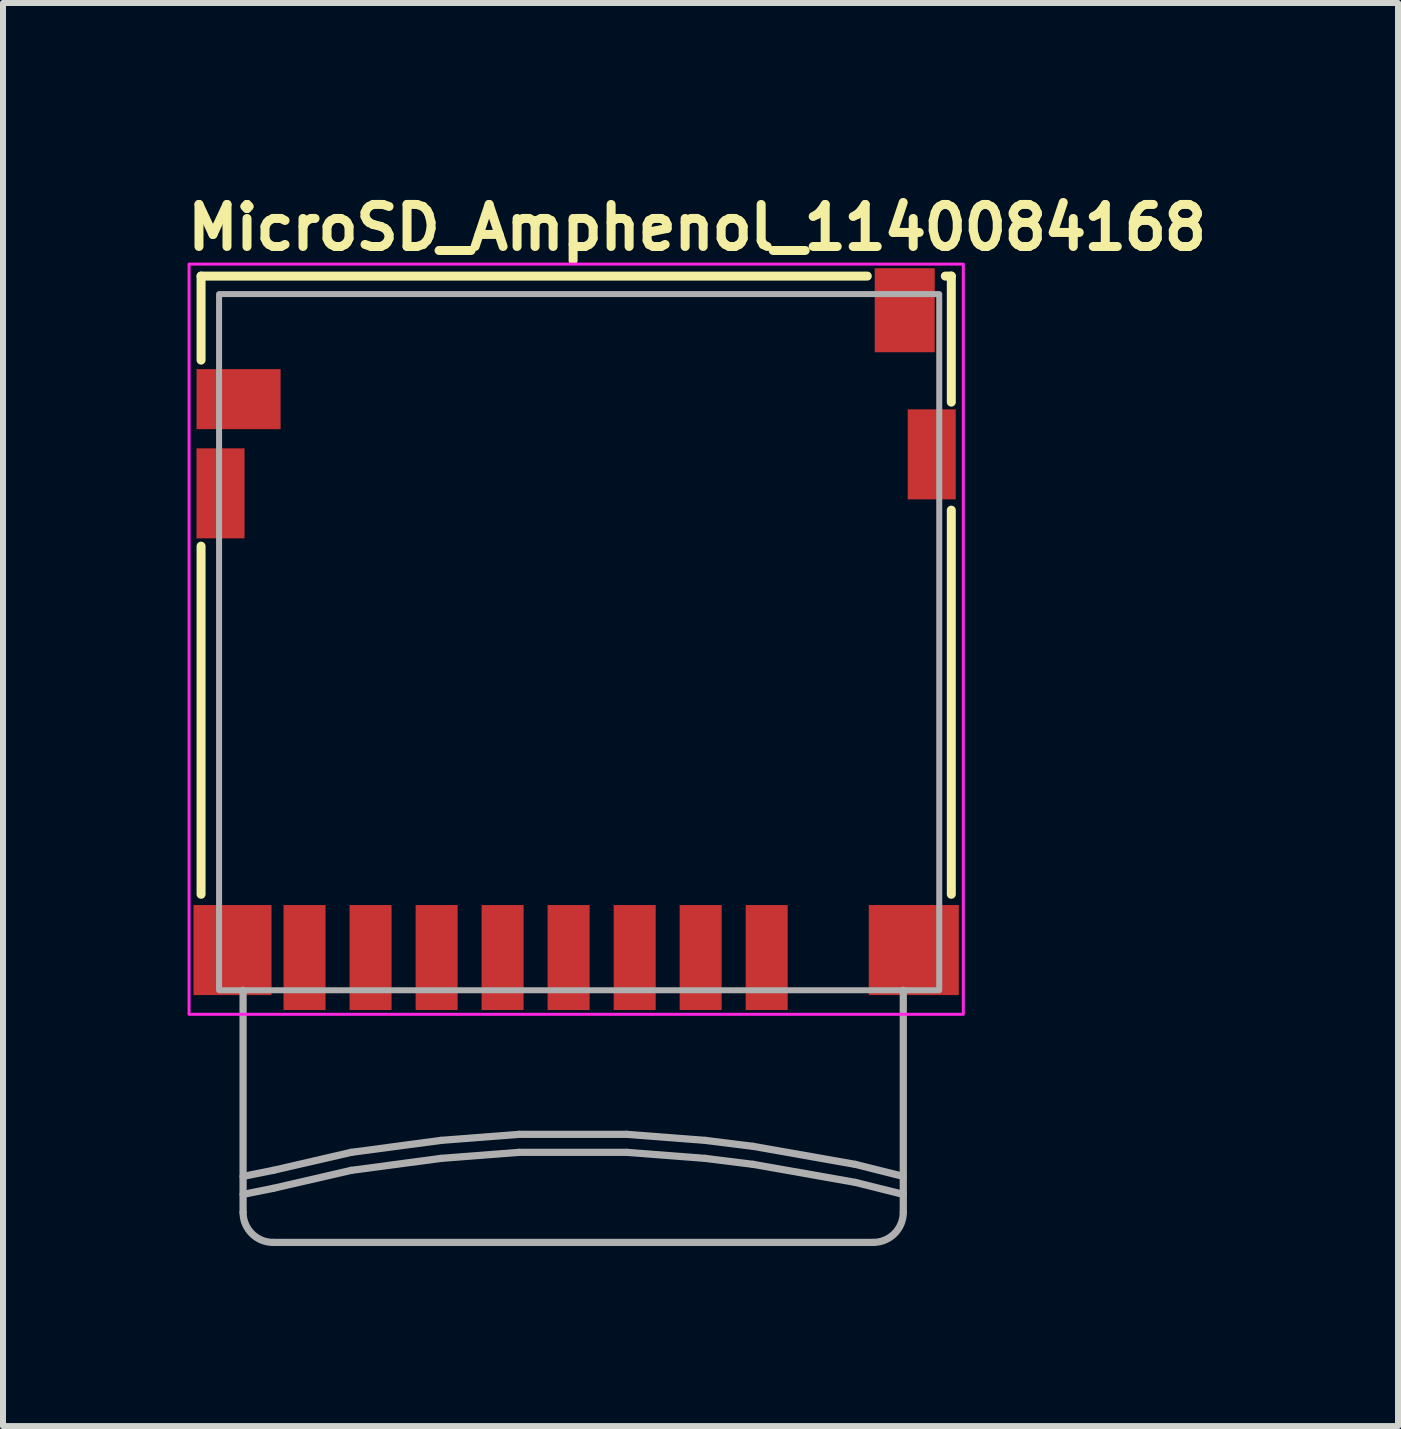
<source format=kicad_pcb>
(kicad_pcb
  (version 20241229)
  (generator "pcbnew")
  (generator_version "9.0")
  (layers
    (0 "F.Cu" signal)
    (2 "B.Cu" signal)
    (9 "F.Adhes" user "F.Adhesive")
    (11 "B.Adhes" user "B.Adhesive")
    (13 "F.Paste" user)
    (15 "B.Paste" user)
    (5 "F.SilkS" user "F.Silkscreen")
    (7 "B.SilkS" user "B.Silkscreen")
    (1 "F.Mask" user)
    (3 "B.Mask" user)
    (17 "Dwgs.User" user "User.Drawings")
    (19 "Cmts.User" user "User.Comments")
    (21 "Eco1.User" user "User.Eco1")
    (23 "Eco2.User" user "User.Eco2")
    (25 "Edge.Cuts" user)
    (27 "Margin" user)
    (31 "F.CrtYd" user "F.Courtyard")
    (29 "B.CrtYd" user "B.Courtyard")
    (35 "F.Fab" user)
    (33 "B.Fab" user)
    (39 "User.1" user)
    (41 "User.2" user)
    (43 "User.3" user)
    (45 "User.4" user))
  (footprint "MicroSD_Amphenol_1140084168"
    (layer "F.Cu")
    (at 6.6 7.65)
    (property "Reference" "MicroSD_Amphenol_1140084168" (at -6.6 -6.5 0) (layer "F.SilkS") (effects (font (size 0.7 0.7) (thickness 0.15)) (justify left bottom)))
    (attr smd)
    (fp_line (start -6.3 -6.1) (end -6.3 -4.7) (stroke (width 0.15) (type solid)) (layer "F.SilkS"))
    (fp_line (start -6.3 -1.6) (end -6.3 4.2) (stroke (width 0.15) (type solid)) (layer "F.SilkS"))
    (fp_line (start 4.8 -6.1) (end -6.3 -6.1) (stroke (width 0.15) (type solid)) (layer "F.SilkS"))
    (fp_line (start 6.2 -6.1) (end 6.1 -6.1) (stroke (width 0.15) (type solid)) (layer "F.SilkS"))
    (fp_line (start 6.2 -4) (end 6.2 -6.1) (stroke (width 0.15) (type solid)) (layer "F.SilkS"))
    (fp_line (start 6.2 4.2) (end 6.2 -2.2) (stroke (width 0.15) (type solid)) (layer "F.SilkS"))
    (fp_rect (start -6.5 -6.3) (end 6.4 6.2) (stroke (width 0.05) (type solid)) (fill no) (layer "F.CrtYd"))
    (fp_line (start -5.6 5.8) (end -5.6 9.5) (stroke (width 0.12) (type solid)) (layer "F.Fab"))
    (fp_line (start -5.1 8.8) (end -5.6 8.9) (stroke (width 0.12) (type solid)) (layer "F.Fab"))
    (fp_line (start -5.1 9.1) (end -5.6 9.2) (stroke (width 0.12) (type solid)) (layer "F.Fab"))
    (fp_line (start -3.8 8.5) (end -5.1 8.8) (stroke (width 0.12) (type solid)) (layer "F.Fab"))
    (fp_line (start -3.8 8.8) (end -5.1 9.1) (stroke (width 0.12) (type solid)) (layer "F.Fab"))
    (fp_line (start -2.3 8.3) (end -3.8 8.5) (stroke (width 0.12) (type solid)) (layer "F.Fab"))
    (fp_line (start -2.3 8.6) (end -3.8 8.8) (stroke (width 0.12) (type solid)) (layer "F.Fab"))
    (fp_line (start -1 8.2) (end -2.3 8.3) (stroke (width 0.12) (type solid)) (layer "F.Fab"))
    (fp_line (start -1 8.5) (end -2.3 8.6) (stroke (width 0.12) (type solid)) (layer "F.Fab"))
    (fp_line (start 0.8 8.2) (end -1 8.2) (stroke (width 0.12) (type solid)) (layer "F.Fab"))
    (fp_line (start 0.8 8.5) (end -1 8.5) (stroke (width 0.12) (type solid)) (layer "F.Fab"))
    (fp_line (start 2.1 8.3) (end 0.8 8.2) (stroke (width 0.12) (type solid)) (layer "F.Fab"))
    (fp_line (start 2.1 8.6) (end 0.8 8.5) (stroke (width 0.12) (type solid)) (layer "F.Fab"))
    (fp_line (start 2.9 8.4) (end 2.1 8.3) (stroke (width 0.12) (type solid)) (layer "F.Fab"))
    (fp_line (start 2.9 8.7) (end 2.1 8.6) (stroke (width 0.12) (type solid)) (layer "F.Fab"))
    (fp_line (start 4.6 8.7) (end 2.9 8.4) (stroke (width 0.12) (type solid)) (layer "F.Fab"))
    (fp_line (start 4.6 9) (end 2.9 8.7) (stroke (width 0.12) (type solid)) (layer "F.Fab"))
    (fp_line (start 4.9 10) (end -5.1 10) (stroke (width 0.12) (type solid)) (layer "F.Fab"))
    (fp_line (start 5.4 8.9) (end 4.6 8.7) (stroke (width 0.12) (type solid)) (layer "F.Fab"))
    (fp_line (start 5.4 9.2) (end 4.6 9) (stroke (width 0.12) (type solid)) (layer "F.Fab"))
    (fp_line (start 5.4 9.5) (end 5.4 5.8) (stroke (width 0.12) (type solid)) (layer "F.Fab"))
    (fp_rect (start -6 -5.8) (end 5.999 5.799) (stroke (width 0.1) (type solid)) (fill no) (layer "F.Fab"))
    (fp_arc (start -5.1 10) (mid -5.453553 9.853553) (end -5.6 9.5) (stroke (width 0.12) (type solid)) (layer "F.Fab"))
    (fp_arc (start 5.4 9.5) (mid 5.253553 9.853553) (end 4.9 10) (stroke (width 0.12) (type solid)) (layer "F.Fab"))
    (fp_rect (start -6 -5.8) (end 5.999 5.799) (stroke (width 0.1) (type solid)) (fill no) (layer "User.5"))
    (fp_line (start -6 -4.202) (end -5.601 -4.202) (stroke (width 0.02) (type solid)) (layer "User.9"))
    (fp_line (start -6 -3.801) (end -6 -4.202) (stroke (width 0.02) (type solid)) (layer "User.9"))
    (fp_line (start -6 -3) (end -5.8 -3) (stroke (width 0.02) (type solid)) (layer "User.9"))
    (fp_line (start -6 -2) (end -6 -3) (stroke (width 0.02) (type solid)) (layer "User.9"))
    (fp_line (start -6 -1.601) (end -5.8 -1.601) (stroke (width 0.02) (type solid)) (layer "User.9"))
    (fp_line (start -6 5.7) (end -6 -1.601) (stroke (width 0.02) (type solid)) (layer "User.9"))
    (fp_line (start -5.8 -3) (end -5.702 -3) (stroke (width 0.02) (type solid)) (layer "User.9"))
    (fp_line (start -5.8 -2) (end -6 -2) (stroke (width 0.02) (type solid)) (layer "User.9"))
    (fp_line (start -5.8 -2) (end -5.601 -2) (stroke (width 0.02) (type solid)) (layer "User.9"))
    (fp_line (start -5.8 5.7) (end -6 5.7) (stroke (width 0.02) (type solid)) (layer "User.9"))
    (fp_line (start -5.8 5.7) (end -4.869 5.7) (stroke (width 0.02) (type solid)) (layer "User.9"))
    (fp_line (start -5.702 -3) (end -5.696 -3.001) (stroke (width 0.02) (type solid)) (layer "User.9"))
    (fp_line (start -5.696 -3.001) (end -5.691 -3.001) (stroke (width 0.02) (type solid)) (layer "User.9"))
    (fp_line (start -5.691 -3.001) (end -5.686 -3.003) (stroke (width 0.02) (type solid)) (layer "User.9"))
    (fp_line (start -5.686 -3.003) (end -5.68 -3.004) (stroke (width 0.02) (type solid)) (layer "User.9"))
    (fp_line (start -5.68 -3.004) (end -5.677 -3.004) (stroke (width 0.02) (type solid)) (layer "User.9"))
    (fp_line (start -5.677 -3.004) (end -5.672 -3.005) (stroke (width 0.02) (type solid)) (layer "User.9"))
    (fp_line (start -5.672 -3.005) (end -5.667 -3.008) (stroke (width 0.02) (type solid)) (layer "User.9"))
    (fp_line (start -5.667 -3.008) (end -5.662 -3.008) (stroke (width 0.02) (type solid)) (layer "User.9"))
    (fp_line (start -5.662 -3.008) (end -5.657 -3.011) (stroke (width 0.02) (type solid)) (layer "User.9"))
    (fp_line (start -5.657 -3.011) (end -5.654 -3.013) (stroke (width 0.02) (type solid)) (layer "User.9"))
    (fp_line (start -5.654 -3.013) (end -5.649 -3.016) (stroke (width 0.02) (type solid)) (layer "User.9"))
    (fp_line (start -5.649 -3.016) (end -5.646 -3.019) (stroke (width 0.02) (type solid)) (layer "User.9"))
    (fp_line (start -5.646 -3.019) (end -5.641 -3.02) (stroke (width 0.02) (type solid)) (layer "User.9"))
    (fp_line (start -5.641 -3.02) (end -5.638 -3.024) (stroke (width 0.02) (type solid)) (layer "User.9"))
    (fp_line (start -5.638 -3.024) (end -5.633 -3.027) (stroke (width 0.02) (type solid)) (layer "User.9"))
    (fp_line (start -5.633 -3.027) (end -5.63 -3.031) (stroke (width 0.02) (type solid)) (layer "User.9"))
    (fp_line (start -5.63 -3.031) (end -5.627 -3.033) (stroke (width 0.02) (type solid)) (layer "User.9"))
    (fp_line (start -5.627 -3.033) (end -5.624 -3.037) (stroke (width 0.02) (type solid)) (layer "User.9"))
    (fp_line (start -5.624 -3.037) (end -5.62 -3.041) (stroke (width 0.02) (type solid)) (layer "User.9"))
    (fp_line (start -5.62 -3.041) (end -5.619 -3.045) (stroke (width 0.02) (type solid)) (layer "User.9"))
    (fp_line (start -5.619 -3.045) (end -5.616 -3.049) (stroke (width 0.02) (type solid)) (layer "User.9"))
    (fp_line (start -5.616 -3.049) (end -5.614 -3.053) (stroke (width 0.02) (type solid)) (layer "User.9"))
    (fp_line (start -5.614 -3.053) (end -5.611 -3.057) (stroke (width 0.02) (type solid)) (layer "User.9"))
    (fp_line (start -5.611 -3.057) (end -5.609 -3.063) (stroke (width 0.02) (type solid)) (layer "User.9"))
    (fp_line (start -5.609 -3.063) (end -5.608 -3.067) (stroke (width 0.02) (type solid)) (layer "User.9"))
    (fp_line (start -5.608 -3.067) (end -5.606 -3.072) (stroke (width 0.02) (type solid)) (layer "User.9"))
    (fp_line (start -5.606 -3.072) (end -5.604 -3.077) (stroke (width 0.02) (type solid)) (layer "User.9"))
    (fp_line (start -5.604 -3.077) (end -5.603 -3.081) (stroke (width 0.02) (type solid)) (layer "User.9"))
    (fp_line (start -5.603 -3.085) (end -5.601 -3.09) (stroke (width 0.02) (type solid)) (layer "User.9"))
    (fp_line (start -5.603 -3.081) (end -5.603 -3.085) (stroke (width 0.02) (type solid)) (layer "User.9"))
    (fp_line (start -5.601 -5) (end -5.401 -5.202) (stroke (width 0.02) (type solid)) (layer "User.9"))
    (fp_line (start -5.601 -3.801) (end -6 -3.801) (stroke (width 0.02) (type solid)) (layer "User.9"))
    (fp_line (start -5.601 -3.101) (end -5.601 -5) (stroke (width 0.02) (type solid)) (layer "User.9"))
    (fp_line (start -5.601 -3.096) (end -5.601 -3.101) (stroke (width 0.02) (type solid)) (layer "User.9"))
    (fp_line (start -5.601 -3.09) (end -5.601 -3.096) (stroke (width 0.02) (type solid)) (layer "User.9"))
    (fp_line (start -5.601 -2) (end -5.595 -2) (stroke (width 0.02) (type solid)) (layer "User.9"))
    (fp_line (start -5.601 -1.601) (end -5.8 -1.601) (stroke (width 0.02) (type solid)) (layer "User.9"))
    (fp_line (start -5.595 -2) (end -5.59 -2) (stroke (width 0.02) (type solid)) (layer "User.9"))
    (fp_line (start -5.595 -1.601) (end -5.601 -1.601) (stroke (width 0.02) (type solid)) (layer "User.9"))
    (fp_line (start -5.59 -2) (end -5.585 -2) (stroke (width 0.02) (type solid)) (layer "User.9"))
    (fp_line (start -5.59 -1.601) (end -5.595 -1.601) (stroke (width 0.02) (type solid)) (layer "User.9"))
    (fp_line (start -5.585 -2) (end -5.58 -1.998) (stroke (width 0.02) (type solid)) (layer "User.9"))
    (fp_line (start -5.585 -1.603) (end -5.59 -1.601) (stroke (width 0.02) (type solid)) (layer "User.9"))
    (fp_line (start -5.58 -1.998) (end -5.577 -1.998) (stroke (width 0.02) (type solid)) (layer "User.9"))
    (fp_line (start -5.58 -1.603) (end -5.585 -1.603) (stroke (width 0.02) (type solid)) (layer "User.9"))
    (fp_line (start -5.577 -1.998) (end -5.571 -1.996) (stroke (width 0.02) (type solid)) (layer "User.9"))
    (fp_line (start -5.577 -1.605) (end -5.58 -1.603) (stroke (width 0.02) (type solid)) (layer "User.9"))
    (fp_line (start -5.571 -1.996) (end -5.566 -1.994) (stroke (width 0.02) (type solid)) (layer "User.9"))
    (fp_line (start -5.571 -1.605) (end -5.577 -1.605) (stroke (width 0.02) (type solid)) (layer "User.9"))
    (fp_line (start -5.566 -1.994) (end -5.563 -1.994) (stroke (width 0.02) (type solid)) (layer "User.9"))
    (fp_line (start -5.566 -1.607) (end -5.571 -1.605) (stroke (width 0.02) (type solid)) (layer "User.9"))
    (fp_line (start -5.563 -1.994) (end -5.558 -1.992) (stroke (width 0.02) (type solid)) (layer "User.9"))
    (fp_line (start -5.563 -1.609) (end -5.566 -1.607) (stroke (width 0.02) (type solid)) (layer "User.9"))
    (fp_line (start -5.558 -1.992) (end -5.553 -1.988) (stroke (width 0.02) (type solid)) (layer "User.9"))
    (fp_line (start -5.558 -1.611) (end -5.563 -1.609) (stroke (width 0.02) (type solid)) (layer "User.9"))
    (fp_line (start -5.553 -1.988) (end -5.55 -1.986) (stroke (width 0.02) (type solid)) (layer "User.9"))
    (fp_line (start -5.553 -1.613) (end -5.558 -1.611) (stroke (width 0.02) (type solid)) (layer "User.9"))
    (fp_line (start -5.55 -1.986) (end -5.545 -1.984) (stroke (width 0.02) (type solid)) (layer "User.9"))
    (fp_line (start -5.55 -1.615) (end -5.553 -1.613) (stroke (width 0.02) (type solid)) (layer "User.9"))
    (fp_line (start -5.55 -1.615) (end -5.548 -1.617) (stroke (width 0.02) (type solid)) (layer "User.9"))
    (fp_line (start -5.548 -1.617) (end -5.545 -1.617) (stroke (width 0.02) (type solid)) (layer "User.9"))
    (fp_line (start -5.545 -1.984) (end -5.55 -1.988) (stroke (width 0.02) (type solid)) (layer "User.9"))
    (fp_line (start -5.545 -1.984) (end -5.542 -1.982) (stroke (width 0.02) (type solid)) (layer "User.9"))
    (fp_line (start -5.545 -1.619) (end -5.55 -1.615) (stroke (width 0.02) (type solid)) (layer "User.9"))
    (fp_line (start -5.545 -1.617) (end -5.542 -1.619) (stroke (width 0.02) (type solid)) (layer "User.9"))
    (fp_line (start -5.542 -1.982) (end -5.537 -1.978) (stroke (width 0.02) (type solid)) (layer "User.9"))
    (fp_line (start -5.542 -1.621) (end -5.545 -1.619) (stroke (width 0.02) (type solid)) (layer "User.9"))
    (fp_line (start -5.542 -1.619) (end -5.539 -1.621) (stroke (width 0.02) (type solid)) (layer "User.9"))
    (fp_line (start -5.539 -1.98) (end -5.545 -1.984) (stroke (width 0.02) (type solid)) (layer "User.9"))
    (fp_line (start -5.539 -1.621) (end -5.537 -1.623) (stroke (width 0.02) (type solid)) (layer "User.9"))
    (fp_line (start -5.537 -1.978) (end -5.534 -1.976) (stroke (width 0.02) (type solid)) (layer "User.9"))
    (fp_line (start -5.537 -1.623) (end -5.542 -1.621) (stroke (width 0.02) (type solid)) (layer "User.9"))
    (fp_line (start -5.537 -1.623) (end -5.534 -1.625) (stroke (width 0.02) (type solid)) (layer "User.9"))
    (fp_line (start -5.534 -1.976) (end -5.539 -1.98) (stroke (width 0.02) (type solid)) (layer "User.9"))
    (fp_line (start -5.534 -1.976) (end -5.531 -1.972) (stroke (width 0.02) (type solid)) (layer "User.9"))
    (fp_line (start -5.534 -1.627) (end -5.537 -1.623) (stroke (width 0.02) (type solid)) (layer "User.9"))
    (fp_line (start -5.534 -1.625) (end -5.532 -1.629) (stroke (width 0.02) (type solid)) (layer "User.9"))
    (fp_line (start -5.532 -1.629) (end -5.531 -1.631) (stroke (width 0.02) (type solid)) (layer "User.9"))
    (fp_line (start -5.531 -1.972) (end -5.534 -1.976) (stroke (width 0.02) (type solid)) (layer "User.9"))
    (fp_line (start -5.531 -1.972) (end -5.526 -1.968) (stroke (width 0.02) (type solid)) (layer "User.9"))
    (fp_line (start -5.531 -1.631) (end -5.534 -1.627) (stroke (width 0.02) (type solid)) (layer "User.9"))
    (fp_line (start -5.531 -1.631) (end -5.528 -1.633) (stroke (width 0.02) (type solid)) (layer "User.9"))
    (fp_line (start -5.528 -1.633) (end -5.526 -1.635) (stroke (width 0.02) (type solid)) (layer "User.9"))
    (fp_line (start -5.526 -1.968) (end -5.523 -1.964) (stroke (width 0.02) (type solid)) (layer "User.9"))
    (fp_line (start -5.526 -1.966) (end -5.531 -1.972) (stroke (width 0.02) (type solid)) (layer "User.9"))
    (fp_line (start -5.526 -1.635) (end -5.523 -1.637) (stroke (width 0.02) (type solid)) (layer "User.9"))
    (fp_line (start -5.526 -1.633) (end -5.531 -1.631) (stroke (width 0.02) (type solid)) (layer "User.9"))
    (fp_line (start -5.523 -1.964) (end -5.521 -1.96) (stroke (width 0.02) (type solid)) (layer "User.9"))
    (fp_line (start -5.523 -1.637) (end -5.526 -1.633) (stroke (width 0.02) (type solid)) (layer "User.9"))
    (fp_line (start -5.523 -1.637) (end -5.521 -1.641) (stroke (width 0.02) (type solid)) (layer "User.9"))
    (fp_line (start -5.521 -1.962) (end -5.526 -1.966) (stroke (width 0.02) (type solid)) (layer "User.9"))
    (fp_line (start -5.521 -1.96) (end -5.518 -1.956) (stroke (width 0.02) (type solid)) (layer "User.9"))
    (fp_line (start -5.521 -1.641) (end -5.523 -1.637) (stroke (width 0.02) (type solid)) (layer "User.9"))
    (fp_line (start -5.521 -1.641) (end -5.52 -1.643) (stroke (width 0.02) (type solid)) (layer "User.9"))
    (fp_line (start -5.52 -1.643) (end -5.518 -1.645) (stroke (width 0.02) (type solid)) (layer "User.9"))
    (fp_line (start -5.518 -1.956) (end -5.521 -1.962) (stroke (width 0.02) (type solid)) (layer "User.9"))
    (fp_line (start -5.518 -1.956) (end -5.515 -1.952) (stroke (width 0.02) (type solid)) (layer "User.9"))
    (fp_line (start -5.518 -1.645) (end -5.521 -1.641) (stroke (width 0.02) (type solid)) (layer "User.9"))
    (fp_line (start -5.518 -1.645) (end -5.516 -1.649) (stroke (width 0.02) (type solid)) (layer "User.9"))
    (fp_line (start -5.516 -1.649) (end -5.515 -1.651) (stroke (width 0.02) (type solid)) (layer "User.9"))
    (fp_line (start -5.515 -1.952) (end -5.513 -1.948) (stroke (width 0.02) (type solid)) (layer "User.9"))
    (fp_line (start -5.515 -1.95) (end -5.518 -1.956) (stroke (width 0.02) (type solid)) (layer "User.9"))
    (fp_line (start -5.515 -1.651) (end -5.513 -1.653) (stroke (width 0.02) (type solid)) (layer "User.9"))
    (fp_line (start -5.515 -1.649) (end -5.518 -1.645) (stroke (width 0.02) (type solid)) (layer "User.9"))
    (fp_line (start -5.513 -1.948) (end -5.51 -1.944) (stroke (width 0.02) (type solid)) (layer "User.9"))
    (fp_line (start -5.513 -1.653) (end -5.515 -1.649) (stroke (width 0.02) (type solid)) (layer "User.9"))
    (fp_line (start -5.513 -1.653) (end -5.512 -1.657) (stroke (width 0.02) (type solid)) (layer "User.9"))
    (fp_line (start -5.512 -1.946) (end -5.515 -1.95) (stroke (width 0.02) (type solid)) (layer "User.9"))
    (fp_line (start -5.512 -1.657) (end -5.51 -1.659) (stroke (width 0.02) (type solid)) (layer "User.9"))
    (fp_line (start -5.51 -1.944) (end -5.508 -1.94) (stroke (width 0.02) (type solid)) (layer "User.9"))
    (fp_line (start -5.51 -1.659) (end -5.508 -1.663) (stroke (width 0.02) (type solid)) (layer "User.9"))
    (fp_line (start -5.51 -1.657) (end -5.513 -1.653) (stroke (width 0.02) (type solid)) (layer "User.9"))
    (fp_line (start -5.508 -1.94) (end -5.512 -1.946) (stroke (width 0.02) (type solid)) (layer "User.9"))
    (fp_line (start -5.508 -1.94) (end -5.507 -1.936) (stroke (width 0.02) (type solid)) (layer "User.9"))
    (fp_line (start -5.508 -1.663) (end -5.51 -1.657) (stroke (width 0.02) (type solid)) (layer "User.9"))
    (fp_line (start -5.508 -1.663) (end -5.507 -1.666) (stroke (width 0.02) (type solid)) (layer "User.9"))
    (fp_line (start -5.507 -1.936) (end -5.505 -1.93) (stroke (width 0.02) (type solid)) (layer "User.9"))
    (fp_line (start -5.507 -1.934) (end -5.508 -1.94) (stroke (width 0.02) (type solid)) (layer "User.9"))
    (fp_line (start -5.507 -1.668) (end -5.505 -1.672) (stroke (width 0.02) (type solid)) (layer "User.9"))
    (fp_line (start -5.507 -1.666) (end -5.508 -1.663) (stroke (width 0.02) (type solid)) (layer "User.9"))
    (fp_line (start -5.507 -1.666) (end -5.507 -1.668) (stroke (width 0.02) (type solid)) (layer "User.9"))
    (fp_line (start -5.505 -1.93) (end -5.505 -1.926) (stroke (width 0.02) (type solid)) (layer "User.9"))
    (fp_line (start -5.505 -1.928) (end -5.507 -1.934) (stroke (width 0.02) (type solid)) (layer "User.9"))
    (fp_line (start -5.505 -1.926) (end -5.503 -1.922) (stroke (width 0.02) (type solid)) (layer "User.9"))
    (fp_line (start -5.505 -1.676) (end -5.505 -1.672) (stroke (width 0.02) (type solid)) (layer "User.9"))
    (fp_line (start -5.505 -1.674) (end -5.503 -1.678) (stroke (width 0.02) (type solid)) (layer "User.9"))
    (fp_line (start -5.505 -1.672) (end -5.507 -1.666) (stroke (width 0.02) (type solid)) (layer "User.9"))
    (fp_line (start -5.505 -1.672) (end -5.505 -1.674) (stroke (width 0.02) (type solid)) (layer "User.9"))
    (fp_line (start -5.503 -1.922) (end -5.502 -1.917) (stroke (width 0.02) (type solid)) (layer "User.9"))
    (fp_line (start -5.503 -1.68) (end -5.505 -1.676) (stroke (width 0.02) (type solid)) (layer "User.9"))
    (fp_line (start -5.503 -1.678) (end -5.502 -1.682) (stroke (width 0.02) (type solid)) (layer "User.9"))
    (fp_line (start -5.502 -1.92) (end -5.505 -1.928) (stroke (width 0.02) (type solid)) (layer "User.9"))
    (fp_line (start -5.502 -1.917) (end -5.502 -1.911) (stroke (width 0.02) (type solid)) (layer "User.9"))
    (fp_line (start -5.502 -1.915) (end -5.502 -1.92) (stroke (width 0.02) (type solid)) (layer "User.9"))
    (fp_line (start -5.502 -1.911) (end -5.502 -1.907) (stroke (width 0.02) (type solid)) (layer "User.9"))
    (fp_line (start -5.502 -1.907) (end -5.502 -1.915) (stroke (width 0.02) (type solid)) (layer "User.9"))
    (fp_line (start -5.502 -1.907) (end -5.5 -1.901) (stroke (width 0.02) (type solid)) (layer "User.9"))
    (fp_line (start -5.502 -1.698) (end -5.5 -1.7) (stroke (width 0.02) (type solid)) (layer "User.9"))
    (fp_line (start -5.502 -1.696) (end -5.502 -1.69) (stroke (width 0.02) (type solid)) (layer "User.9"))
    (fp_line (start -5.502 -1.694) (end -5.502 -1.698) (stroke (width 0.02) (type solid)) (layer "User.9"))
    (fp_line (start -5.502 -1.692) (end -5.502 -1.694) (stroke (width 0.02) (type solid)) (layer "User.9"))
    (fp_line (start -5.502 -1.69) (end -5.502 -1.686) (stroke (width 0.02) (type solid)) (layer "User.9"))
    (fp_line (start -5.502 -1.688) (end -5.502 -1.692) (stroke (width 0.02) (type solid)) (layer "User.9"))
    (fp_line (start -5.502 -1.686) (end -5.503 -1.68) (stroke (width 0.02) (type solid)) (layer "User.9"))
    (fp_line (start -5.502 -1.684) (end -5.502 -1.688) (stroke (width 0.02) (type solid)) (layer "User.9"))
    (fp_line (start -5.502 -1.682) (end -5.502 -1.684) (stroke (width 0.02) (type solid)) (layer "User.9"))
    (fp_line (start -5.5 -1.901) (end -5.502 -1.907) (stroke (width 0.02) (type solid)) (layer "User.9"))
    (fp_line (start -5.5 -1.901) (end -5.5 -1.7) (stroke (width 0.02) (type solid)) (layer "User.9"))
    (fp_line (start -5.5 -1.7) (end -5.502 -1.696) (stroke (width 0.02) (type solid)) (layer "User.9"))
    (fp_line (start -5.401 -5.601) (end -4.601 -5.601) (stroke (width 0.02) (type solid)) (layer "User.9"))
    (fp_line (start -5.401 -5.401) (end -5.401 -5.601) (stroke (width 0.02) (type solid)) (layer "User.9"))
    (fp_line (start -5.401 -5.202) (end -5.401 -5.401) (stroke (width 0.02) (type solid)) (layer "User.9"))
    (fp_line (start -4.869 5.7) (end -4.837 5.698) (stroke (width 0.02) (type solid)) (layer "User.9"))
    (fp_line (start -4.837 5.698) (end -4.806 5.695) (stroke (width 0.02) (type solid)) (layer "User.9"))
    (fp_line (start -4.806 5.695) (end -4.776 5.69) (stroke (width 0.02) (type solid)) (layer "User.9"))
    (fp_line (start -4.776 5.69) (end -4.747 5.684) (stroke (width 0.02) (type solid)) (layer "User.9"))
    (fp_line (start -4.747 5.684) (end -4.717 5.676) (stroke (width 0.02) (type solid)) (layer "User.9"))
    (fp_line (start -4.717 5.676) (end -4.688 5.666) (stroke (width 0.02) (type solid)) (layer "User.9"))
    (fp_line (start -4.702 5.799) (end -4.702 5.671) (stroke (width 0.02) (type solid)) (layer "User.9"))
    (fp_line (start -4.702 5.799) (end -4.401 5.799) (stroke (width 0.02) (type solid)) (layer "User.9"))
    (fp_line (start -4.688 5.666) (end -4.659 5.653) (stroke (width 0.02) (type solid)) (layer "User.9"))
    (fp_line (start -4.659 5.653) (end -4.632 5.639) (stroke (width 0.02) (type solid)) (layer "User.9"))
    (fp_line (start -4.632 5.639) (end -4.606 5.624) (stroke (width 0.02) (type solid)) (layer "User.9"))
    (fp_line (start -4.606 5.624) (end -4.58 5.608) (stroke (width 0.02) (type solid)) (layer "User.9"))
    (fp_line (start -4.601 -5.601) (end -5.401 -5.601) (stroke (width 0.02) (type solid)) (layer "User.9"))
    (fp_line (start -4.601 -5.601) (end -4.601 -5.401) (stroke (width 0.02) (type solid)) (layer "User.9"))
    (fp_line (start -4.601 -5.401) (end -4.601 -5.202) (stroke (width 0.02) (type solid)) (layer "User.9"))
    (fp_line (start -4.601 -5.202) (end -4.401 -5) (stroke (width 0.02) (type solid)) (layer "User.9"))
    (fp_line (start -4.58 5.608) (end -4.556 5.589) (stroke (width 0.02) (type solid)) (layer "User.9"))
    (fp_line (start -4.556 5.589) (end -4.534 5.57) (stroke (width 0.02) (type solid)) (layer "User.9"))
    (fp_line (start -4.534 5.57) (end -4.512 5.549) (stroke (width 0.02) (type solid)) (layer "User.9"))
    (fp_line (start -4.512 5.549) (end -4.491 5.525) (stroke (width 0.02) (type solid)) (layer "User.9"))
    (fp_line (start -4.491 5.525) (end -4.47 5.501) (stroke (width 0.02) (type solid)) (layer "User.9"))
    (fp_line (start -4.47 5.501) (end -4.452 5.477) (stroke (width 0.02) (type solid)) (layer "User.9"))
    (fp_line (start -4.401 -5) (end -4.401 -4.901) (stroke (width 0.02) (type solid)) (layer "User.9"))
    (fp_line (start -4.401 -4.901) (end -4.401 -4.896) (stroke (width 0.02) (type solid)) (layer "User.9"))
    (fp_line (start -4.401 -4.896) (end -4.401 -4.89) (stroke (width 0.02) (type solid)) (layer "User.9"))
    (fp_line (start -4.401 -4.89) (end -4.399 -4.885) (stroke (width 0.02) (type solid)) (layer "User.9"))
    (fp_line (start -4.401 5.4) (end -4.401 5.799) (stroke (width 0.02) (type solid)) (layer "User.9"))
    (fp_line (start -4.399 -4.885) (end -4.398 -4.88) (stroke (width 0.02) (type solid)) (layer "User.9"))
    (fp_line (start -4.398 -4.88) (end -4.398 -4.877) (stroke (width 0.02) (type solid)) (layer "User.9"))
    (fp_line (start -4.398 -4.877) (end -4.396 -4.872) (stroke (width 0.02) (type solid)) (layer "User.9"))
    (fp_line (start -4.396 -4.872) (end -4.395 -4.866) (stroke (width 0.02) (type solid)) (layer "User.9"))
    (fp_line (start -4.395 -4.866) (end -4.393 -4.862) (stroke (width 0.02) (type solid)) (layer "User.9"))
    (fp_line (start -4.393 -4.862) (end -4.391 -4.858) (stroke (width 0.02) (type solid)) (layer "User.9"))
    (fp_line (start -4.391 -4.858) (end -4.388 -4.853) (stroke (width 0.02) (type solid)) (layer "User.9"))
    (fp_line (start -4.388 -4.853) (end -4.387 -4.85) (stroke (width 0.02) (type solid)) (layer "User.9"))
    (fp_line (start -4.387 -4.85) (end -4.383 -4.845) (stroke (width 0.02) (type solid)) (layer "User.9"))
    (fp_line (start -4.383 -4.845) (end -4.382 -4.842) (stroke (width 0.02) (type solid)) (layer "User.9"))
    (fp_line (start -4.382 -4.842) (end -4.379 -4.837) (stroke (width 0.02) (type solid)) (layer "User.9"))
    (fp_line (start -4.379 -4.837) (end -4.375 -4.834) (stroke (width 0.02) (type solid)) (layer "User.9"))
    (fp_line (start -4.375 -4.834) (end -4.372 -4.83) (stroke (width 0.02) (type solid)) (layer "User.9"))
    (fp_line (start -4.372 -4.83) (end -4.369 -4.827) (stroke (width 0.02) (type solid)) (layer "User.9"))
    (fp_line (start -4.369 -4.827) (end -4.364 -4.824) (stroke (width 0.02) (type solid)) (layer "User.9"))
    (fp_line (start -4.364 -4.824) (end -4.361 -4.821) (stroke (width 0.02) (type solid)) (layer "User.9"))
    (fp_line (start -4.361 -4.821) (end -4.356 -4.819) (stroke (width 0.02) (type solid)) (layer "User.9"))
    (fp_line (start -4.356 -4.819) (end -4.353 -4.816) (stroke (width 0.02) (type solid)) (layer "User.9"))
    (fp_line (start -4.353 -4.816) (end -4.348 -4.813) (stroke (width 0.02) (type solid)) (layer "User.9"))
    (fp_line (start -4.348 -4.813) (end -4.345 -4.811) (stroke (width 0.02) (type solid)) (layer "User.9"))
    (fp_line (start -4.345 -4.811) (end -4.34 -4.808) (stroke (width 0.02) (type solid)) (layer "User.9"))
    (fp_line (start -4.34 -4.808) (end -4.335 -4.808) (stroke (width 0.02) (type solid)) (layer "User.9"))
    (fp_line (start -4.335 -4.808) (end -4.33 -4.805) (stroke (width 0.02) (type solid)) (layer "User.9"))
    (fp_line (start -4.33 -4.805) (end -4.326 -4.805) (stroke (width 0.02) (type solid)) (layer "User.9"))
    (fp_line (start -4.326 -4.805) (end -4.321 -4.803) (stroke (width 0.02) (type solid)) (layer "User.9"))
    (fp_line (start -4.321 -4.803) (end -4.316 -4.803) (stroke (width 0.02) (type solid)) (layer "User.9"))
    (fp_line (start -4.316 -4.803) (end -4.311 -4.802) (stroke (width 0.02) (type solid)) (layer "User.9"))
    (fp_line (start -4.311 -4.802) (end -4.306 -4.802) (stroke (width 0.02) (type solid)) (layer "User.9"))
    (fp_line (start -4.306 -4.802) (end -4.3 -4.8) (stroke (width 0.02) (type solid)) (layer "User.9"))
    (fp_line (start -4.3 -4.8) (end -4 -4.8) (stroke (width 0.02) (type solid)) (layer "User.9"))
    (fp_line (start -4 -4.8) (end -3.996 -4.802) (stroke (width 0.02) (type solid)) (layer "User.9"))
    (fp_line (start -3.996 -4.802) (end -3.991 -4.802) (stroke (width 0.02) (type solid)) (layer "User.9"))
    (fp_line (start -3.991 -4.802) (end -3.985 -4.803) (stroke (width 0.02) (type solid)) (layer "User.9"))
    (fp_line (start -3.985 -4.803) (end -3.98 -4.803) (stroke (width 0.02) (type solid)) (layer "User.9"))
    (fp_line (start -3.98 -4.803) (end -3.976 -4.805) (stroke (width 0.02) (type solid)) (layer "User.9"))
    (fp_line (start -3.976 -4.805) (end -3.972 -4.805) (stroke (width 0.02) (type solid)) (layer "User.9"))
    (fp_line (start -3.972 -4.805) (end -3.967 -4.808) (stroke (width 0.02) (type solid)) (layer "User.9"))
    (fp_line (start -3.967 -4.808) (end -3.963 -4.808) (stroke (width 0.02) (type solid)) (layer "User.9"))
    (fp_line (start -3.963 -4.808) (end -3.958 -4.811) (stroke (width 0.02) (type solid)) (layer "User.9"))
    (fp_line (start -3.958 -4.811) (end -3.954 -4.813) (stroke (width 0.02) (type solid)) (layer "User.9"))
    (fp_line (start -3.954 -4.813) (end -3.95 -4.816) (stroke (width 0.02) (type solid)) (layer "User.9"))
    (fp_line (start -3.95 -4.816) (end -3.946 -4.819) (stroke (width 0.02) (type solid)) (layer "User.9"))
    (fp_line (start -3.95 4.722) (end -4.452 5.477) (stroke (width 0.02) (type solid)) (layer "User.9"))
    (fp_line (start -3.946 -4.819) (end -3.942 -4.821) (stroke (width 0.02) (type solid)) (layer "User.9"))
    (fp_line (start -3.942 -4.821) (end -3.938 -4.824) (stroke (width 0.02) (type solid)) (layer "User.9"))
    (fp_line (start -3.938 -4.824) (end -3.934 -4.827) (stroke (width 0.02) (type solid)) (layer "User.9"))
    (fp_line (start -3.934 -4.827) (end -3.931 -4.83) (stroke (width 0.02) (type solid)) (layer "User.9"))
    (fp_line (start -3.931 -4.83) (end -3.927 -4.834) (stroke (width 0.02) (type solid)) (layer "User.9"))
    (fp_line (start -3.931 4.696) (end -3.95 4.722) (stroke (width 0.02) (type solid)) (layer "User.9"))
    (fp_line (start -3.927 -4.834) (end -3.923 -4.837) (stroke (width 0.02) (type solid)) (layer "User.9"))
    (fp_line (start -3.923 -4.837) (end -3.92 -4.842) (stroke (width 0.02) (type solid)) (layer "User.9"))
    (fp_line (start -3.92 -4.842) (end -3.919 -4.845) (stroke (width 0.02) (type solid)) (layer "User.9"))
    (fp_line (start -3.919 -4.845) (end -3.915 -4.85) (stroke (width 0.02) (type solid)) (layer "User.9"))
    (fp_line (start -3.915 -4.85) (end -3.914 -4.853) (stroke (width 0.02) (type solid)) (layer "User.9"))
    (fp_line (start -3.914 -4.853) (end -3.911 -4.858) (stroke (width 0.02) (type solid)) (layer "User.9"))
    (fp_line (start -3.911 -4.858) (end -3.908 -4.862) (stroke (width 0.02) (type solid)) (layer "User.9"))
    (fp_line (start -3.911 4.672) (end -3.931 4.696) (stroke (width 0.02) (type solid)) (layer "User.9"))
    (fp_line (start -3.908 -4.862) (end -3.907 -4.866) (stroke (width 0.02) (type solid)) (layer "User.9"))
    (fp_line (start -3.907 -4.866) (end -3.906 -4.872) (stroke (width 0.02) (type solid)) (layer "User.9"))
    (fp_line (start -3.906 -4.872) (end -3.904 -4.877) (stroke (width 0.02) (type solid)) (layer "User.9"))
    (fp_line (start -3.904 -4.877) (end -3.903 -4.88) (stroke (width 0.02) (type solid)) (layer "User.9"))
    (fp_line (start -3.903 -4.885) (end -3.902 -4.89) (stroke (width 0.02) (type solid)) (layer "User.9"))
    (fp_line (start -3.903 -4.88) (end -3.903 -4.885) (stroke (width 0.02) (type solid)) (layer "User.9"))
    (fp_line (start -3.902 -4.896) (end -3.9 -4.901) (stroke (width 0.02) (type solid)) (layer "User.9"))
    (fp_line (start -3.902 -4.89) (end -3.902 -4.896) (stroke (width 0.02) (type solid)) (layer "User.9"))
    (fp_line (start -3.9 -5.601) (end -3.759 -5.742) (stroke (width 0.02) (type solid)) (layer "User.9"))
    (fp_line (start -3.9 -4.901) (end -3.9 -5.601) (stroke (width 0.02) (type solid)) (layer "User.9"))
    (fp_line (start -3.891 4.65) (end -3.911 4.672) (stroke (width 0.02) (type solid)) (layer "User.9"))
    (fp_line (start -3.868 4.629) (end -3.891 4.65) (stroke (width 0.02) (type solid)) (layer "User.9"))
    (fp_line (start -3.846 4.608) (end -3.868 4.629) (stroke (width 0.02) (type solid)) (layer "User.9"))
    (fp_line (start -3.822 4.591) (end -3.846 4.608) (stroke (width 0.02) (type solid)) (layer "User.9"))
    (fp_line (start -3.795 4.573) (end -3.822 4.591) (stroke (width 0.02) (type solid)) (layer "User.9"))
    (fp_line (start -3.77 4.559) (end -3.795 4.573) (stroke (width 0.02) (type solid)) (layer "User.9"))
    (fp_line (start -3.759 -5.742) (end -3.759 -5.742) (stroke (width 0.02) (type solid)) (layer "User.9"))
    (fp_line (start -3.759 -5.742) (end -3.701 -5.8) (stroke (width 0.02) (type solid)) (layer "User.9"))
    (fp_line (start -3.742 4.544) (end -3.77 4.559) (stroke (width 0.02) (type solid)) (layer "User.9"))
    (fp_line (start -3.714 4.533) (end -3.742 4.544) (stroke (width 0.02) (type solid)) (layer "User.9"))
    (fp_line (start -3.701 -5.8) (end -2.9 -5.8) (stroke (width 0.02) (type solid)) (layer "User.9"))
    (fp_line (start -3.685 4.522) (end -3.714 4.533) (stroke (width 0.02) (type solid)) (layer "User.9"))
    (fp_line (start -3.656 4.514) (end -3.685 4.522) (stroke (width 0.02) (type solid)) (layer "User.9"))
    (fp_line (start -3.625 4.507) (end -3.656 4.514) (stroke (width 0.02) (type solid)) (layer "User.9"))
    (fp_line (start -3.601 4.6) (end -3.834 4.6) (stroke (width 0.02) (type solid)) (layer "User.9"))
    (fp_line (start -3.601 4.881) (end -3.601 4.6) (stroke (width 0.02) (type solid)) (layer "User.9"))
    (fp_line (start -3.601 4.969) (end -3.601 4.881) (stroke (width 0.02) (type solid)) (layer "User.9"))
    (fp_line (start -3.601 5.171) (end -3.601 4.969) (stroke (width 0.02) (type solid)) (layer "User.9"))
    (fp_line (start -3.601 5.256) (end -3.601 5.171) (stroke (width 0.02) (type solid)) (layer "User.9"))
    (fp_line (start -3.601 5.799) (end -3.601 5.256) (stroke (width 0.02) (type solid)) (layer "User.9"))
    (fp_line (start -3.601 5.799) (end -3.301 5.799) (stroke (width 0.02) (type solid)) (layer "User.9"))
    (fp_line (start -3.596 4.503) (end -3.625 4.507) (stroke (width 0.02) (type solid)) (layer "User.9"))
    (fp_line (start -3.564 4.499) (end -3.596 4.503) (stroke (width 0.02) (type solid)) (layer "User.9"))
    (fp_line (start -3.533 4.498) (end -3.564 4.499) (stroke (width 0.02) (type solid)) (layer "User.9"))
    (fp_line (start -3.301 4.6) (end -3.301 4.881) (stroke (width 0.02) (type solid)) (layer "User.9"))
    (fp_line (start -3.301 4.881) (end -3.301 4.969) (stroke (width 0.02) (type solid)) (layer "User.9"))
    (fp_line (start -3.301 4.969) (end -3.301 5.171) (stroke (width 0.02) (type solid)) (layer "User.9"))
    (fp_line (start -3.301 5.171) (end -3.301 5.256) (stroke (width 0.02) (type solid)) (layer "User.9"))
    (fp_line (start -3.301 5.256) (end -3.301 5.799) (stroke (width 0.02) (type solid)) (layer "User.9"))
    (fp_line (start -3.051 4.498) (end -3.051 4.6) (stroke (width 0.02) (type solid)) (layer "User.9"))
    (fp_line (start -3.051 4.6) (end -3.301 4.6) (stroke (width 0.02) (type solid)) (layer "User.9"))
    (fp_line (start -2.9 -5.8) (end -3.701 -5.8) (stroke (width 0.02) (type solid)) (layer "User.9"))
    (fp_line (start -2.9 -5.8) (end -2.9 -5.601) (stroke (width 0.02) (type solid)) (layer "User.9"))
    (fp_line (start -2.9 -5.601) (end -2.9 -5.596) (stroke (width 0.02) (type solid)) (layer "User.9"))
    (fp_line (start -2.9 -5.596) (end -2.9 -5.592) (stroke (width 0.02) (type solid)) (layer "User.9"))
    (fp_line (start -2.9 -5.592) (end -2.899 -5.587) (stroke (width 0.02) (type solid)) (layer "User.9"))
    (fp_line (start -2.899 -5.587) (end -2.899 -5.582) (stroke (width 0.02) (type solid)) (layer "User.9"))
    (fp_line (start -2.899 -5.582) (end -2.898 -5.577) (stroke (width 0.02) (type solid)) (layer "User.9"))
    (fp_line (start -2.898 -5.577) (end -2.896 -5.571) (stroke (width 0.02) (type solid)) (layer "User.9"))
    (fp_line (start -2.896 -5.571) (end -2.895 -5.568) (stroke (width 0.02) (type solid)) (layer "User.9"))
    (fp_line (start -2.895 -5.568) (end -2.894 -5.563) (stroke (width 0.02) (type solid)) (layer "User.9"))
    (fp_line (start -2.894 -5.563) (end -2.891 -5.558) (stroke (width 0.02) (type solid)) (layer "User.9"))
    (fp_line (start -2.891 -5.558) (end -2.89 -5.553) (stroke (width 0.02) (type solid)) (layer "User.9"))
    (fp_line (start -2.89 -5.553) (end -2.887 -5.55) (stroke (width 0.02) (type solid)) (layer "User.9"))
    (fp_line (start -2.887 -5.55) (end -2.884 -5.545) (stroke (width 0.02) (type solid)) (layer "User.9"))
    (fp_line (start -2.884 -5.545) (end -2.882 -5.542) (stroke (width 0.02) (type solid)) (layer "User.9"))
    (fp_line (start -2.882 -5.542) (end -2.879 -5.537) (stroke (width 0.02) (type solid)) (layer "User.9"))
    (fp_line (start -2.879 -5.537) (end -2.875 -5.534) (stroke (width 0.02) (type solid)) (layer "User.9"))
    (fp_line (start -2.875 -5.534) (end -2.871 -5.531) (stroke (width 0.02) (type solid)) (layer "User.9"))
    (fp_line (start -2.871 -5.531) (end -2.871 -5.531) (stroke (width 0.02) (type solid)) (layer "User.9"))
    (fp_line (start -2.871 -5.531) (end -2.868 -5.526) (stroke (width 0.02) (type solid)) (layer "User.9"))
    (fp_line (start -2.868 -5.526) (end -2.864 -5.523) (stroke (width 0.02) (type solid)) (layer "User.9"))
    (fp_line (start -2.864 -5.523) (end -2.86 -5.521) (stroke (width 0.02) (type solid)) (layer "User.9"))
    (fp_line (start -2.86 -5.521) (end -2.856 -5.518) (stroke (width 0.02) (type solid)) (layer "User.9"))
    (fp_line (start -2.856 -5.518) (end -2.852 -5.515) (stroke (width 0.02) (type solid)) (layer "User.9"))
    (fp_line (start -2.852 -5.515) (end -2.848 -5.513) (stroke (width 0.02) (type solid)) (layer "User.9"))
    (fp_line (start -2.848 -5.513) (end -2.843 -5.51) (stroke (width 0.02) (type solid)) (layer "User.9"))
    (fp_line (start -2.843 -5.51) (end -2.839 -5.508) (stroke (width 0.02) (type solid)) (layer "User.9"))
    (fp_line (start -2.839 -5.508) (end -2.835 -5.507) (stroke (width 0.02) (type solid)) (layer "User.9"))
    (fp_line (start -2.835 -5.507) (end -2.831 -5.505) (stroke (width 0.02) (type solid)) (layer "User.9"))
    (fp_line (start -2.831 -5.505) (end -2.826 -5.505) (stroke (width 0.02) (type solid)) (layer "User.9"))
    (fp_line (start -2.826 -5.505) (end -2.82 -5.502) (stroke (width 0.02) (type solid)) (layer "User.9"))
    (fp_line (start -2.82 -5.502) (end -2.815 -5.502) (stroke (width 0.02) (type solid)) (layer "User.9"))
    (fp_line (start -2.815 -5.502) (end -2.81 -5.502) (stroke (width 0.02) (type solid)) (layer "User.9"))
    (fp_line (start -2.81 -5.502) (end -2.806 -5.502) (stroke (width 0.02) (type solid)) (layer "User.9"))
    (fp_line (start -2.806 -5.502) (end -2.801 -5.5) (stroke (width 0.02) (type solid)) (layer "User.9"))
    (fp_line (start -2.801 -5.5) (end -2.742 -5.5) (stroke (width 0.02) (type solid)) (layer "User.9"))
    (fp_line (start -2.75 4.498) (end -2.75 4.6) (stroke (width 0.02) (type solid)) (layer "User.9"))
    (fp_line (start -2.742 -5.5) (end -2.738 -5.502) (stroke (width 0.02) (type solid)) (layer "User.9"))
    (fp_line (start -2.738 -5.502) (end -2.733 -5.502) (stroke (width 0.02) (type solid)) (layer "User.9"))
    (fp_line (start -2.733 -5.502) (end -2.727 -5.502) (stroke (width 0.02) (type solid)) (layer "User.9"))
    (fp_line (start -2.727 -5.502) (end -2.722 -5.503) (stroke (width 0.02) (type solid)) (layer "User.9"))
    (fp_line (start -2.722 -5.503) (end -2.718 -5.505) (stroke (width 0.02) (type solid)) (layer "User.9"))
    (fp_line (start -2.718 -5.505) (end -2.714 -5.505) (stroke (width 0.02) (type solid)) (layer "User.9"))
    (fp_line (start -2.714 -5.505) (end -2.709 -5.507) (stroke (width 0.02) (type solid)) (layer "User.9"))
    (fp_line (start -2.709 -5.507) (end -2.705 -5.508) (stroke (width 0.02) (type solid)) (layer "User.9"))
    (fp_line (start -2.705 -5.508) (end -2.699 -5.51) (stroke (width 0.02) (type solid)) (layer "User.9"))
    (fp_line (start -2.699 -5.51) (end -2.695 -5.513) (stroke (width 0.02) (type solid)) (layer "User.9"))
    (fp_line (start -2.695 -5.513) (end -2.691 -5.515) (stroke (width 0.02) (type solid)) (layer "User.9"))
    (fp_line (start -2.691 -5.515) (end -2.688 -5.518) (stroke (width 0.02) (type solid)) (layer "User.9"))
    (fp_line (start -2.688 -5.518) (end -2.684 -5.521) (stroke (width 0.02) (type solid)) (layer "User.9"))
    (fp_line (start -2.684 -5.521) (end -2.68 -5.523) (stroke (width 0.02) (type solid)) (layer "User.9"))
    (fp_line (start -2.68 -5.523) (end -2.676 -5.526) (stroke (width 0.02) (type solid)) (layer "User.9"))
    (fp_line (start -2.676 -5.526) (end -2.672 -5.531) (stroke (width 0.02) (type solid)) (layer "User.9"))
    (fp_line (start -2.672 -5.531) (end -2.69 -5.516) (stroke (width 0.02) (type solid)) (layer "User.9"))
    (fp_line (start -2.672 -5.531) (end -2.549 -5.653) (stroke (width 0.02) (type solid)) (layer "User.9"))
    (fp_line (start -2.549 -5.653) (end -2.549 -5.653) (stroke (width 0.02) (type solid)) (layer "User.9"))
    (fp_line (start -2.549 -5.653) (end -2.5 -5.702) (stroke (width 0.02) (type solid)) (layer "User.9"))
    (fp_line (start -2.5 -5.702) (end 2.1 -5.702) (stroke (width 0.02) (type solid)) (layer "User.9"))
    (fp_line (start -2.5 4.6) (end -2.75 4.6) (stroke (width 0.02) (type solid)) (layer "User.9"))
    (fp_line (start -2.5 4.881) (end -2.5 4.6) (stroke (width 0.02) (type solid)) (layer "User.9"))
    (fp_line (start -2.5 4.969) (end -2.5 4.881) (stroke (width 0.02) (type solid)) (layer "User.9"))
    (fp_line (start -2.5 5.171) (end -2.5 4.969) (stroke (width 0.02) (type solid)) (layer "User.9"))
    (fp_line (start -2.5 5.256) (end -2.5 5.171) (stroke (width 0.02) (type solid)) (layer "User.9"))
    (fp_line (start -2.5 5.799) (end -2.5 5.256) (stroke (width 0.02) (type solid)) (layer "User.9"))
    (fp_line (start -2.5 5.799) (end -2.202 5.799) (stroke (width 0.02) (type solid)) (layer "User.9"))
    (fp_line (start -2.202 4.6) (end -2.202 4.881) (stroke (width 0.02) (type solid)) (layer "User.9"))
    (fp_line (start -2.202 4.881) (end -2.202 4.969) (stroke (width 0.02) (type solid)) (layer "User.9"))
    (fp_line (start -2.202 4.969) (end -2.202 5.171) (stroke (width 0.02) (type solid)) (layer "User.9"))
    (fp_line (start -2.202 5.171) (end -2.202 5.256) (stroke (width 0.02) (type solid)) (layer "User.9"))
    (fp_line (start -2.202 5.256) (end -2.202 5.799) (stroke (width 0.02) (type solid)) (layer "User.9"))
    (fp_line (start -1.95 4.498) (end -1.95 4.6) (stroke (width 0.02) (type solid)) (layer "User.9"))
    (fp_line (start -1.95 4.6) (end -2.202 4.6) (stroke (width 0.02) (type solid)) (layer "User.9"))
    (fp_line (start -1.651 4.498) (end -1.651 4.6) (stroke (width 0.02) (type solid)) (layer "User.9"))
    (fp_line (start -1.401 4.6) (end -1.651 4.6) (stroke (width 0.02) (type solid)) (layer "User.9"))
    (fp_line (start -1.401 4.881) (end -1.401 4.6) (stroke (width 0.02) (type solid)) (layer "User.9"))
    (fp_line (start -1.401 4.969) (end -1.401 4.881) (stroke (width 0.02) (type solid)) (layer "User.9"))
    (fp_line (start -1.401 5.171) (end -1.401 4.969) (stroke (width 0.02) (type solid)) (layer "User.9"))
    (fp_line (start -1.401 5.256) (end -1.401 5.171) (stroke (width 0.02) (type solid)) (layer "User.9"))
    (fp_line (start -1.401 5.799) (end -1.401 5.256) (stroke (width 0.02) (type solid)) (layer "User.9"))
    (fp_line (start -1.401 5.799) (end -1.101 5.799) (stroke (width 0.02) (type solid)) (layer "User.9"))
    (fp_line (start -1.101 4.6) (end -1.101 4.881) (stroke (width 0.02) (type solid)) (layer "User.9"))
    (fp_line (start -1.101 4.881) (end -1.101 4.969) (stroke (width 0.02) (type solid)) (layer "User.9"))
    (fp_line (start -1.101 4.969) (end -1.101 5.171) (stroke (width 0.02) (type solid)) (layer "User.9"))
    (fp_line (start -1.101 5.171) (end -1.101 5.256) (stroke (width 0.02) (type solid)) (layer "User.9"))
    (fp_line (start -1.101 5.256) (end -1.101 5.799) (stroke (width 0.02) (type solid)) (layer "User.9"))
    (fp_line (start -0.85 4.498) (end -0.85 4.6) (stroke (width 0.02) (type solid)) (layer "User.9"))
    (fp_line (start -0.85 4.6) (end -1.101 4.6) (stroke (width 0.02) (type solid)) (layer "User.9"))
    (fp_line (start -0.552 4.498) (end -0.552 4.6) (stroke (width 0.02) (type solid)) (layer "User.9"))
    (fp_line (start -0.3 4.6) (end -0.552 4.6) (stroke (width 0.02) (type solid)) (layer "User.9"))
    (fp_line (start -0.3 4.881) (end -0.3 4.6) (stroke (width 0.02) (type solid)) (layer "User.9"))
    (fp_line (start -0.3 4.969) (end -0.3 4.881) (stroke (width 0.02) (type solid)) (layer "User.9"))
    (fp_line (start -0.3 5.171) (end -0.3 4.969) (stroke (width 0.02) (type solid)) (layer "User.9"))
    (fp_line (start -0.3 5.256) (end -0.3 5.171) (stroke (width 0.02) (type solid)) (layer "User.9"))
    (fp_line (start -0.3 5.799) (end -0.3 5.256) (stroke (width 0.02) (type solid)) (layer "User.9"))
    (fp_line (start -0.3 5.799) (end 0 5.799) (stroke (width 0.02) (type solid)) (layer "User.9"))
    (fp_line (start 0 4.6) (end 0 4.881) (stroke (width 0.02) (type solid)) (layer "User.9"))
    (fp_line (start 0 4.881) (end 0 4.969) (stroke (width 0.02) (type solid)) (layer "User.9"))
    (fp_line (start 0 4.969) (end 0 5.171) (stroke (width 0.02) (type solid)) (layer "User.9"))
    (fp_line (start 0 5.171) (end 0 5.256) (stroke (width 0.02) (type solid)) (layer "User.9"))
    (fp_line (start 0 5.256) (end 0 5.799) (stroke (width 0.02) (type solid)) (layer "User.9"))
    (fp_line (start 0.248 4.498) (end 0.248 4.6) (stroke (width 0.02) (type solid)) (layer "User.9"))
    (fp_line (start 0.248 4.6) (end 0 4.6) (stroke (width 0.02) (type solid)) (layer "User.9"))
    (fp_line (start 0.55 4.498) (end 0.55 4.6) (stroke (width 0.02) (type solid)) (layer "User.9"))
    (fp_line (start 0.8 4.6) (end 0.55 4.6) (stroke (width 0.02) (type solid)) (layer "User.9"))
    (fp_line (start 0.8 4.881) (end 0.8 4.6) (stroke (width 0.02) (type solid)) (layer "User.9"))
    (fp_line (start 0.8 4.969) (end 0.8 4.881) (stroke (width 0.02) (type solid)) (layer "User.9"))
    (fp_line (start 0.8 5.171) (end 0.8 4.969) (stroke (width 0.02) (type solid)) (layer "User.9"))
    (fp_line (start 0.8 5.256) (end 0.8 5.171) (stroke (width 0.02) (type solid)) (layer "User.9"))
    (fp_line (start 0.8 5.799) (end 0.8 5.256) (stroke (width 0.02) (type solid)) (layer "User.9"))
    (fp_line (start 0.8 5.799) (end 1.1 5.799) (stroke (width 0.02) (type solid)) (layer "User.9"))
    (fp_line (start 1.1 4.6) (end 1.1 4.881) (stroke (width 0.02) (type solid)) (layer "User.9"))
    (fp_line (start 1.1 4.881) (end 1.1 4.969) (stroke (width 0.02) (type solid)) (layer "User.9"))
    (fp_line (start 1.1 4.969) (end 1.1 5.171) (stroke (width 0.02) (type solid)) (layer "User.9"))
    (fp_line (start 1.1 5.171) (end 1.1 5.256) (stroke (width 0.02) (type solid)) (layer "User.9"))
    (fp_line (start 1.1 5.256) (end 1.1 5.799) (stroke (width 0.02) (type solid)) (layer "User.9"))
    (fp_line (start 1.35 4.498) (end 1.35 4.6) (stroke (width 0.02) (type solid)) (layer "User.9"))
    (fp_line (start 1.35 4.6) (end 1.1 4.6) (stroke (width 0.02) (type solid)) (layer "User.9"))
    (fp_line (start 1.648 4.498) (end 1.648 4.6) (stroke (width 0.02) (type solid)) (layer "User.9"))
    (fp_line (start 1.898 4.6) (end 1.648 4.6) (stroke (width 0.02) (type solid)) (layer "User.9"))
    (fp_line (start 1.898 4.881) (end 1.898 4.6) (stroke (width 0.02) (type solid)) (layer "User.9"))
    (fp_line (start 1.898 4.969) (end 1.898 4.881) (stroke (width 0.02) (type solid)) (layer "User.9"))
    (fp_line (start 1.898 5.171) (end 1.898 4.969) (stroke (width 0.02) (type solid)) (layer "User.9"))
    (fp_line (start 1.898 5.256) (end 1.898 5.171) (stroke (width 0.02) (type solid)) (layer "User.9"))
    (fp_line (start 1.898 5.799) (end 1.898 5.256) (stroke (width 0.02) (type solid)) (layer "User.9"))
    (fp_line (start 1.898 5.799) (end 2.2 5.799) (stroke (width 0.02) (type solid)) (layer "User.9"))
    (fp_line (start 2.1 -5.702) (end -2.5 -5.702) (stroke (width 0.02) (type solid)) (layer "User.9"))
    (fp_line (start 2.1 -5.702) (end 2.1 -5.5) (stroke (width 0.02) (type solid)) (layer "User.9"))
    (fp_line (start 2.1 -5.5) (end 2.298 -5.5) (stroke (width 0.02) (type solid)) (layer "User.9"))
    (fp_line (start 2.2 4.6) (end 2.2 4.881) (stroke (width 0.02) (type solid)) (layer "User.9"))
    (fp_line (start 2.2 4.881) (end 2.2 4.969) (stroke (width 0.02) (type solid)) (layer "User.9"))
    (fp_line (start 2.2 4.969) (end 2.2 5.171) (stroke (width 0.02) (type solid)) (layer "User.9"))
    (fp_line (start 2.2 5.171) (end 2.2 5.256) (stroke (width 0.02) (type solid)) (layer "User.9"))
    (fp_line (start 2.2 5.256) (end 2.2 5.799) (stroke (width 0.02) (type solid)) (layer "User.9"))
    (fp_line (start 2.298 -5.702) (end 3.298 -5.702) (stroke (width 0.02) (type solid)) (layer "User.9"))
    (fp_line (start 2.298 -5.5) (end 2.298 -5.702) (stroke (width 0.02) (type solid)) (layer "User.9"))
    (fp_line (start 2.45 4.498) (end 2.45 4.6) (stroke (width 0.02) (type solid)) (layer "User.9"))
    (fp_line (start 2.45 4.6) (end 2.2 4.6) (stroke (width 0.02) (type solid)) (layer "User.9"))
    (fp_line (start 2.749 4.498) (end 2.749 4.6) (stroke (width 0.02) (type solid)) (layer "User.9"))
    (fp_line (start 2.931 4.498) (end -3.533 4.498) (stroke (width 0.02) (type solid)) (layer "User.9"))
    (fp_line (start 2.931 4.498) (end 2.963 4.499) (stroke (width 0.02) (type solid)) (layer "User.9"))
    (fp_line (start 2.963 4.499) (end 2.994 4.503) (stroke (width 0.02) (type solid)) (layer "User.9"))
    (fp_line (start 2.994 4.503) (end 3.023 4.507) (stroke (width 0.02) (type solid)) (layer "User.9"))
    (fp_line (start 2.999 4.6) (end 2.749 4.6) (stroke (width 0.02) (type solid)) (layer "User.9"))
    (fp_line (start 2.999 4.881) (end 2.999 4.6) (stroke (width 0.02) (type solid)) (layer "User.9"))
    (fp_line (start 2.999 4.969) (end 2.999 4.881) (stroke (width 0.02) (type solid)) (layer "User.9"))
    (fp_line (start 2.999 5.171) (end 2.999 4.969) (stroke (width 0.02) (type solid)) (layer "User.9"))
    (fp_line (start 2.999 5.256) (end 2.999 5.171) (stroke (width 0.02) (type solid)) (layer "User.9"))
    (fp_line (start 2.999 5.799) (end 2.999 5.256) (stroke (width 0.02) (type solid)) (layer "User.9"))
    (fp_line (start 2.999 5.799) (end 3.298 5.799) (stroke (width 0.02) (type solid)) (layer "User.9"))
    (fp_line (start 3.023 4.507) (end 3.054 4.514) (stroke (width 0.02) (type solid)) (layer "User.9"))
    (fp_line (start 3.054 4.514) (end 3.084 4.522) (stroke (width 0.02) (type solid)) (layer "User.9"))
    (fp_line (start 3.084 4.522) (end 3.112 4.533) (stroke (width 0.02) (type solid)) (layer "User.9"))
    (fp_line (start 3.112 4.533) (end 3.14 4.544) (stroke (width 0.02) (type solid)) (layer "User.9"))
    (fp_line (start 3.14 4.544) (end 3.168 4.559) (stroke (width 0.02) (type solid)) (layer "User.9"))
    (fp_line (start 3.168 4.559) (end 3.193 4.573) (stroke (width 0.02) (type solid)) (layer "User.9"))
    (fp_line (start 3.193 4.573) (end 3.22 4.591) (stroke (width 0.02) (type solid)) (layer "User.9"))
    (fp_line (start 3.22 4.591) (end 3.244 4.608) (stroke (width 0.02) (type solid)) (layer "User.9"))
    (fp_line (start 3.244 4.608) (end 3.266 4.629) (stroke (width 0.02) (type solid)) (layer "User.9"))
    (fp_line (start 3.266 4.629) (end 3.289 4.65) (stroke (width 0.02) (type solid)) (layer "User.9"))
    (fp_line (start 3.289 4.65) (end 3.309 4.672) (stroke (width 0.02) (type solid)) (layer "User.9"))
    (fp_line (start 3.298 -5.702) (end 2.298 -5.702) (stroke (width 0.02) (type solid)) (layer "User.9"))
    (fp_line (start 3.298 -5.702) (end 3.298 -5.5) (stroke (width 0.02) (type solid)) (layer "User.9"))
    (fp_line (start 3.298 -5.5) (end 3.298 -4.901) (stroke (width 0.02) (type solid)) (layer "User.9"))
    (fp_line (start 3.298 -4.901) (end 3.3 -4.896) (stroke (width 0.02) (type solid)) (layer "User.9"))
    (fp_line (start 3.298 4.661) (end 3.298 4.881) (stroke (width 0.02) (type solid)) (layer "User.9"))
    (fp_line (start 3.298 4.881) (end 3.298 4.969) (stroke (width 0.02) (type solid)) (layer "User.9"))
    (fp_line (start 3.298 4.969) (end 3.298 5.171) (stroke (width 0.02) (type solid)) (layer "User.9"))
    (fp_line (start 3.298 5.171) (end 3.298 5.256) (stroke (width 0.02) (type solid)) (layer "User.9"))
    (fp_line (start 3.298 5.256) (end 3.298 5.799) (stroke (width 0.02) (type solid)) (layer "User.9"))
    (fp_line (start 3.3 -4.896) (end 3.3 -4.891) (stroke (width 0.02) (type solid)) (layer "User.9"))
    (fp_line (start 3.3 -4.891) (end 3.301 -4.887) (stroke (width 0.02) (type solid)) (layer "User.9"))
    (fp_line (start 3.301 -4.887) (end 3.301 -4.882) (stroke (width 0.02) (type solid)) (layer "User.9"))
    (fp_line (start 3.301 -4.882) (end 3.302 -4.877) (stroke (width 0.02) (type solid)) (layer "User.9"))
    (fp_line (start 3.302 -4.877) (end 3.304 -4.872) (stroke (width 0.02) (type solid)) (layer "User.9"))
    (fp_line (start 3.304 -4.872) (end 3.305 -4.867) (stroke (width 0.02) (type solid)) (layer "User.9"))
    (fp_line (start 3.305 -4.867) (end 3.306 -4.862) (stroke (width 0.02) (type solid)) (layer "User.9"))
    (fp_line (start 3.306 -4.862) (end 3.309 -4.859) (stroke (width 0.02) (type solid)) (layer "User.9"))
    (fp_line (start 3.309 -4.859) (end 3.31 -4.853) (stroke (width 0.02) (type solid)) (layer "User.9"))
    (fp_line (start 3.309 4.672) (end 3.33 4.696) (stroke (width 0.02) (type solid)) (layer "User.9"))
    (fp_line (start 3.31 -4.853) (end 3.313 -4.85) (stroke (width 0.02) (type solid)) (layer "User.9"))
    (fp_line (start 3.313 -4.85) (end 3.316 -4.845) (stroke (width 0.02) (type solid)) (layer "User.9"))
    (fp_line (start 3.316 -4.845) (end 3.318 -4.842) (stroke (width 0.02) (type solid)) (layer "User.9"))
    (fp_line (start 3.318 -4.842) (end 3.321 -4.837) (stroke (width 0.02) (type solid)) (layer "User.9"))
    (fp_line (start 3.321 -4.837) (end 3.325 -4.834) (stroke (width 0.02) (type solid)) (layer "User.9"))
    (fp_line (start 3.325 -4.834) (end 3.329 -4.83) (stroke (width 0.02) (type solid)) (layer "User.9"))
    (fp_line (start 3.329 -4.83) (end 3.329 -4.83) (stroke (width 0.02) (type solid)) (layer "User.9"))
    (fp_line (start 3.329 -4.83) (end 3.331 -4.827) (stroke (width 0.02) (type solid)) (layer "User.9"))
    (fp_line (start 3.33 4.696) (end 3.347 4.722) (stroke (width 0.02) (type solid)) (layer "User.9"))
    (fp_line (start 3.331 -4.827) (end 3.335 -4.824) (stroke (width 0.02) (type solid)) (layer "User.9"))
    (fp_line (start 3.335 -4.824) (end 3.339 -4.821) (stroke (width 0.02) (type solid)) (layer "User.9"))
    (fp_line (start 3.339 -4.821) (end 3.343 -4.818) (stroke (width 0.02) (type solid)) (layer "User.9"))
    (fp_line (start 3.343 -4.818) (end 3.347 -4.816) (stroke (width 0.02) (type solid)) (layer "User.9"))
    (fp_line (start 3.347 -4.816) (end 3.351 -4.813) (stroke (width 0.02) (type solid)) (layer "User.9"))
    (fp_line (start 3.347 4.722) (end 3.85 5.477) (stroke (width 0.02) (type solid)) (layer "User.9"))
    (fp_line (start 3.351 -4.813) (end 3.357 -4.811) (stroke (width 0.02) (type solid)) (layer "User.9"))
    (fp_line (start 3.357 -4.811) (end 3.361 -4.808) (stroke (width 0.02) (type solid)) (layer "User.9"))
    (fp_line (start 3.361 -4.808) (end 3.366 -4.806) (stroke (width 0.02) (type solid)) (layer "User.9"))
    (fp_line (start 3.366 -4.806) (end 3.37 -4.805) (stroke (width 0.02) (type solid)) (layer "User.9"))
    (fp_line (start 3.37 -4.805) (end 3.374 -4.805) (stroke (width 0.02) (type solid)) (layer "User.9"))
    (fp_line (start 3.374 -4.805) (end 3.379 -4.803) (stroke (width 0.02) (type solid)) (layer "User.9"))
    (fp_line (start 3.379 -4.803) (end 3.385 -4.803) (stroke (width 0.02) (type solid)) (layer "User.9"))
    (fp_line (start 3.385 -4.803) (end 3.39 -4.802) (stroke (width 0.02) (type solid)) (layer "User.9"))
    (fp_line (start 3.39 -4.802) (end 3.394 -4.802) (stroke (width 0.02) (type solid)) (layer "User.9"))
    (fp_line (start 3.394 -4.802) (end 3.398 -4.8) (stroke (width 0.02) (type solid)) (layer "User.9"))
    (fp_line (start 3.398 -4.8) (end 3.7 -4.8) (stroke (width 0.02) (type solid)) (layer "User.9"))
    (fp_line (start 3.7 -4.8) (end 3.704 -4.802) (stroke (width 0.02) (type solid)) (layer "User.9"))
    (fp_line (start 3.704 -4.802) (end 3.709 -4.802) (stroke (width 0.02) (type solid)) (layer "User.9"))
    (fp_line (start 3.709 -4.802) (end 3.714 -4.803) (stroke (width 0.02) (type solid)) (layer "User.9"))
    (fp_line (start 3.714 -4.803) (end 3.72 -4.803) (stroke (width 0.02) (type solid)) (layer "User.9"))
    (fp_line (start 3.72 -4.803) (end 3.724 -4.805) (stroke (width 0.02) (type solid)) (layer "User.9"))
    (fp_line (start 3.724 -4.805) (end 3.729 -4.805) (stroke (width 0.02) (type solid)) (layer "User.9"))
    (fp_line (start 3.729 -4.805) (end 3.733 -4.808) (stroke (width 0.02) (type solid)) (layer "User.9"))
    (fp_line (start 3.733 -4.808) (end 3.737 -4.808) (stroke (width 0.02) (type solid)) (layer "User.9"))
    (fp_line (start 3.737 -4.808) (end 3.742 -4.811) (stroke (width 0.02) (type solid)) (layer "User.9"))
    (fp_line (start 3.742 -4.811) (end 3.746 -4.813) (stroke (width 0.02) (type solid)) (layer "User.9"))
    (fp_line (start 3.746 -4.813) (end 3.75 -4.816) (stroke (width 0.02) (type solid)) (layer "User.9"))
    (fp_line (start 3.75 -4.816) (end 3.754 -4.819) (stroke (width 0.02) (type solid)) (layer "User.9"))
    (fp_line (start 3.754 -4.819) (end 3.758 -4.821) (stroke (width 0.02) (type solid)) (layer "User.9"))
    (fp_line (start 3.758 -4.821) (end 3.762 -4.824) (stroke (width 0.02) (type solid)) (layer "User.9"))
    (fp_line (start 3.762 -4.824) (end 3.766 -4.827) (stroke (width 0.02) (type solid)) (layer "User.9"))
    (fp_line (start 3.766 -4.827) (end 3.769 -4.83) (stroke (width 0.02) (type solid)) (layer "User.9"))
    (fp_line (start 3.769 -4.83) (end 3.773 -4.834) (stroke (width 0.02) (type solid)) (layer "User.9"))
    (fp_line (start 3.773 -4.834) (end 3.777 -4.837) (stroke (width 0.02) (type solid)) (layer "User.9"))
    (fp_line (start 3.777 -4.837) (end 3.78 -4.842) (stroke (width 0.02) (type solid)) (layer "User.9"))
    (fp_line (start 3.78 -4.842) (end 3.781 -4.845) (stroke (width 0.02) (type solid)) (layer "User.9"))
    (fp_line (start 3.781 -4.845) (end 3.785 -4.85) (stroke (width 0.02) (type solid)) (layer "User.9"))
    (fp_line (start 3.785 -4.85) (end 3.786 -4.853) (stroke (width 0.02) (type solid)) (layer "User.9"))
    (fp_line (start 3.786 -4.853) (end 3.789 -4.858) (stroke (width 0.02) (type solid)) (layer "User.9"))
    (fp_line (start 3.789 -4.858) (end 3.792 -4.862) (stroke (width 0.02) (type solid)) (layer "User.9"))
    (fp_line (start 3.792 -4.862) (end 3.793 -4.866) (stroke (width 0.02) (type solid)) (layer "User.9"))
    (fp_line (start 3.793 -4.866) (end 3.794 -4.872) (stroke (width 0.02) (type solid)) (layer "User.9"))
    (fp_line (start 3.794 -4.872) (end 3.796 -4.877) (stroke (width 0.02) (type solid)) (layer "User.9"))
    (fp_line (start 3.796 -4.877) (end 3.797 -4.88) (stroke (width 0.02) (type solid)) (layer "User.9"))
    (fp_line (start 3.797 -4.885) (end 3.798 -4.89) (stroke (width 0.02) (type solid)) (layer "User.9"))
    (fp_line (start 3.797 -4.88) (end 3.797 -4.885) (stroke (width 0.02) (type solid)) (layer "User.9"))
    (fp_line (start 3.798 -5) (end 3.999 -5.202) (stroke (width 0.02) (type solid)) (layer "User.9"))
    (fp_line (start 3.798 -4.901) (end 3.798 -5) (stroke (width 0.02) (type solid)) (layer "User.9"))
    (fp_line (start 3.798 -4.896) (end 3.798 -4.901) (stroke (width 0.02) (type solid)) (layer "User.9"))
    (fp_line (start 3.798 -4.89) (end 3.798 -4.896) (stroke (width 0.02) (type solid)) (layer "User.9"))
    (fp_line (start 3.85 5.477) (end 3.869 5.501) (stroke (width 0.02) (type solid)) (layer "User.9"))
    (fp_line (start 3.869 5.501) (end 3.889 5.525) (stroke (width 0.02) (type solid)) (layer "User.9"))
    (fp_line (start 3.889 5.525) (end 3.91 5.549) (stroke (width 0.02) (type solid)) (layer "User.9"))
    (fp_line (start 3.91 5.549) (end 3.931 5.57) (stroke (width 0.02) (type solid)) (layer "User.9"))
    (fp_line (start 3.931 5.57) (end 3.954 5.589) (stroke (width 0.02) (type solid)) (layer "User.9"))
    (fp_line (start 3.954 5.589) (end 3.979 5.608) (stroke (width 0.02) (type solid)) (layer "User.9"))
    (fp_line (start 3.979 5.608) (end 4.004 5.624) (stroke (width 0.02) (type solid)) (layer "User.9"))
    (fp_line (start 3.999 -5.601) (end 4.799 -5.601) (stroke (width 0.02) (type solid)) (layer "User.9"))
    (fp_line (start 3.999 -5.401) (end 3.999 -5.601) (stroke (width 0.02) (type solid)) (layer "User.9"))
    (fp_line (start 3.999 -5.401) (end 3.999 -5.202) (stroke (width 0.02) (type solid)) (layer "User.9"))
    (fp_line (start 4.004 5.624) (end 4.03 5.639) (stroke (width 0.02) (type solid)) (layer "User.9"))
    (fp_line (start 4.03 5.639) (end 4.057 5.653) (stroke (width 0.02) (type solid)) (layer "User.9"))
    (fp_line (start 4.057 5.653) (end 4.086 5.666) (stroke (width 0.02) (type solid)) (layer "User.9"))
    (fp_line (start 4.086 5.666) (end 4.115 5.676) (stroke (width 0.02) (type solid)) (layer "User.9"))
    (fp_line (start 4.115 5.676) (end 4.145 5.684) (stroke (width 0.02) (type solid)) (layer "User.9"))
    (fp_line (start 4.145 5.684) (end 4.174 5.69) (stroke (width 0.02) (type solid)) (layer "User.9"))
    (fp_line (start 4.174 5.69) (end 4.204 5.695) (stroke (width 0.02) (type solid)) (layer "User.9"))
    (fp_line (start 4.204 5.695) (end 4.235 5.698) (stroke (width 0.02) (type solid)) (layer "User.9"))
    (fp_line (start 4.235 5.698) (end 4.267 5.7) (stroke (width 0.02) (type solid)) (layer "User.9"))
    (fp_line (start 4.267 5.7) (end 5.799 5.7) (stroke (width 0.02) (type solid)) (layer "User.9"))
    (fp_line (start 4.599 0.599) (end 4.6 0.593) (stroke (width 0.02) (type solid)) (layer "User.9"))
    (fp_line (start 4.599 4.6) (end 4.599 0.599) (stroke (width 0.02) (type solid)) (layer "User.9"))
    (fp_line (start 4.6 0.583) (end 4.6 0.588) (stroke (width 0.02) (type solid)) (layer "User.9"))
    (fp_line (start 4.6 0.583) (end 4.602 0.578) (stroke (width 0.02) (type solid)) (layer "User.9"))
    (fp_line (start 4.6 0.588) (end 4.6 0.583) (stroke (width 0.02) (type solid)) (layer "User.9"))
    (fp_line (start 4.6 0.588) (end 4.6 0.593) (stroke (width 0.02) (type solid)) (layer "User.9"))
    (fp_line (start 4.6 0.593) (end 4.599 0.599) (stroke (width 0.02) (type solid)) (layer "User.9"))
    (fp_line (start 4.6 0.593) (end 4.6 0.588) (stroke (width 0.02) (type solid)) (layer "User.9"))
    (fp_line (start 4.6 4.605) (end 4.599 4.6) (stroke (width 0.02) (type solid)) (layer "User.9"))
    (fp_line (start 4.6 4.61) (end 4.6 4.605) (stroke (width 0.02) (type solid)) (layer "User.9"))
    (fp_line (start 4.6 4.615) (end 4.6 4.61) (stroke (width 0.02) (type solid)) (layer "User.9"))
    (fp_line (start 4.602 0.575) (end 4.602 0.578) (stroke (width 0.02) (type solid)) (layer "User.9"))
    (fp_line (start 4.602 0.575) (end 4.603 0.57) (stroke (width 0.02) (type solid)) (layer "User.9"))
    (fp_line (start 4.602 0.578) (end 4.6 0.583) (stroke (width 0.02) (type solid)) (layer "User.9"))
    (fp_line (start 4.602 0.578) (end 4.602 0.575) (stroke (width 0.02) (type solid)) (layer "User.9"))
    (fp_line (start 4.602 4.62) (end 4.6 4.615) (stroke (width 0.02) (type solid)) (layer "User.9"))
    (fp_line (start 4.602 4.623) (end 4.602 4.62) (stroke (width 0.02) (type solid)) (layer "User.9"))
    (fp_line (start 4.603 0.57) (end 4.602 0.575) (stroke (width 0.02) (type solid)) (layer "User.9"))
    (fp_line (start 4.603 0.57) (end 4.605 0.565) (stroke (width 0.02) (type solid)) (layer "User.9"))
    (fp_line (start 4.603 4.629) (end 4.602 4.623) (stroke (width 0.02) (type solid)) (layer "User.9"))
    (fp_line (start 4.605 0.565) (end 4.603 0.57) (stroke (width 0.02) (type solid)) (layer "User.9"))
    (fp_line (start 4.605 0.565) (end 4.607 0.561) (stroke (width 0.02) (type solid)) (layer "User.9"))
    (fp_line (start 4.605 4.634) (end 4.603 4.629) (stroke (width 0.02) (type solid)) (layer "User.9"))
    (fp_line (start 4.607 0.561) (end 4.605 0.565) (stroke (width 0.02) (type solid)) (layer "User.9"))
    (fp_line (start 4.607 0.561) (end 4.608 0.556) (stroke (width 0.02) (type solid)) (layer "User.9"))
    (fp_line (start 4.607 4.637) (end 4.605 4.634) (stroke (width 0.02) (type solid)) (layer "User.9"))
    (fp_line (start 4.608 0.556) (end 4.607 0.561) (stroke (width 0.02) (type solid)) (layer "User.9"))
    (fp_line (start 4.608 0.556) (end 4.612 0.552) (stroke (width 0.02) (type solid)) (layer "User.9"))
    (fp_line (start 4.608 4.642) (end 4.607 4.637) (stroke (width 0.02) (type solid)) (layer "User.9"))
    (fp_line (start 4.612 0.552) (end 4.608 0.556) (stroke (width 0.02) (type solid)) (layer "User.9"))
    (fp_line (start 4.612 0.552) (end 4.613 0.548) (stroke (width 0.02) (type solid)) (layer "User.9"))
    (fp_line (start 4.612 4.647) (end 4.608 4.642) (stroke (width 0.02) (type solid)) (layer "User.9"))
    (fp_line (start 4.613 0.548) (end 4.612 0.552) (stroke (width 0.02) (type solid)) (layer "User.9"))
    (fp_line (start 4.613 0.548) (end 4.616 0.544) (stroke (width 0.02) (type solid)) (layer "User.9"))
    (fp_line (start 4.613 4.65) (end 4.612 4.647) (stroke (width 0.02) (type solid)) (layer "User.9"))
    (fp_line (start 4.616 0.544) (end 4.613 0.548) (stroke (width 0.02) (type solid)) (layer "User.9"))
    (fp_line (start 4.616 0.544) (end 4.618 0.54) (stroke (width 0.02) (type solid)) (layer "User.9"))
    (fp_line (start 4.616 4.655) (end 4.613 4.65) (stroke (width 0.02) (type solid)) (layer "User.9"))
    (fp_line (start 4.618 0.54) (end 4.616 0.544) (stroke (width 0.02) (type solid)) (layer "User.9"))
    (fp_line (start 4.618 0.54) (end 4.621 0.536) (stroke (width 0.02) (type solid)) (layer "User.9"))
    (fp_line (start 4.618 4.658) (end 4.616 4.655) (stroke (width 0.02) (type solid)) (layer "User.9"))
    (fp_line (start 4.621 0.536) (end 4.618 0.54) (stroke (width 0.02) (type solid)) (layer "User.9"))
    (fp_line (start 4.621 0.536) (end 4.624 0.532) (stroke (width 0.02) (type solid)) (layer "User.9"))
    (fp_line (start 4.621 4.663) (end 4.618 4.658) (stroke (width 0.02) (type solid)) (layer "User.9"))
    (fp_line (start 4.624 0.532) (end 4.621 0.536) (stroke (width 0.02) (type solid)) (layer "User.9"))
    (fp_line (start 4.624 0.532) (end 4.629 0.529) (stroke (width 0.02) (type solid)) (layer "User.9"))
    (fp_line (start 4.624 4.666) (end 4.621 4.663) (stroke (width 0.02) (type solid)) (layer "User.9"))
    (fp_line (start 4.629 0.529) (end 4.624 0.532) (stroke (width 0.02) (type solid)) (layer "User.9"))
    (fp_line (start 4.629 0.529) (end 4.631 0.525) (stroke (width 0.02) (type solid)) (layer "User.9"))
    (fp_line (start 4.629 4.669) (end 4.624 4.666) (stroke (width 0.02) (type solid)) (layer "User.9"))
    (fp_line (start 4.631 0.525) (end 4.629 0.529) (stroke (width 0.02) (type solid)) (layer "User.9"))
    (fp_line (start 4.631 0.525) (end 4.636 0.522) (stroke (width 0.02) (type solid)) (layer "User.9"))
    (fp_line (start 4.631 4.674) (end 4.629 4.669) (stroke (width 0.02) (type solid)) (layer "User.9"))
    (fp_line (start 4.636 0.522) (end 4.631 0.525) (stroke (width 0.02) (type solid)) (layer "User.9"))
    (fp_line (start 4.636 0.522) (end 4.639 0.519) (stroke (width 0.02) (type solid)) (layer "User.9"))
    (fp_line (start 4.636 4.677) (end 4.631 4.674) (stroke (width 0.02) (type solid)) (layer "User.9"))
    (fp_line (start 4.639 0.519) (end 4.636 0.522) (stroke (width 0.02) (type solid)) (layer "User.9"))
    (fp_line (start 4.639 0.519) (end 4.644 0.517) (stroke (width 0.02) (type solid)) (layer "User.9"))
    (fp_line (start 4.639 4.679) (end 4.636 4.677) (stroke (width 0.02) (type solid)) (layer "User.9"))
    (fp_line (start 4.644 0.517) (end 4.639 0.519) (stroke (width 0.02) (type solid)) (layer "User.9"))
    (fp_line (start 4.644 0.517) (end 4.647 0.514) (stroke (width 0.02) (type solid)) (layer "User.9"))
    (fp_line (start 4.644 4.682) (end 4.639 4.679) (stroke (width 0.02) (type solid)) (layer "User.9"))
    (fp_line (start 4.647 0.514) (end 4.644 0.517) (stroke (width 0.02) (type solid)) (layer "User.9"))
    (fp_line (start 4.647 0.514) (end 4.652 0.512) (stroke (width 0.02) (type solid)) (layer "User.9"))
    (fp_line (start 4.647 4.685) (end 4.644 4.682) (stroke (width 0.02) (type solid)) (layer "User.9"))
    (fp_line (start 4.652 0.512) (end 4.647 0.514) (stroke (width 0.02) (type solid)) (layer "User.9"))
    (fp_line (start 4.652 0.512) (end 4.655 0.508) (stroke (width 0.02) (type solid)) (layer "User.9"))
    (fp_line (start 4.652 4.687) (end 4.647 4.685) (stroke (width 0.02) (type solid)) (layer "User.9"))
    (fp_line (start 4.655 0.508) (end 4.652 0.512) (stroke (width 0.02) (type solid)) (layer "User.9"))
    (fp_line (start 4.655 0.508) (end 4.661 0.506) (stroke (width 0.02) (type solid)) (layer "User.9"))
    (fp_line (start 4.655 4.69) (end 4.652 4.687) (stroke (width 0.02) (type solid)) (layer "User.9"))
    (fp_line (start 4.661 0.506) (end 4.655 0.508) (stroke (width 0.02) (type solid)) (layer "User.9"))
    (fp_line (start 4.661 0.506) (end 4.664 0.505) (stroke (width 0.02) (type solid)) (layer "User.9"))
    (fp_line (start 4.661 4.692) (end 4.655 4.69) (stroke (width 0.02) (type solid)) (layer "User.9"))
    (fp_line (start 4.664 0.505) (end 4.661 0.506) (stroke (width 0.02) (type solid)) (layer "User.9"))
    (fp_line (start 4.664 0.505) (end 4.669 0.503) (stroke (width 0.02) (type solid)) (layer "User.9"))
    (fp_line (start 4.664 4.693) (end 4.661 4.692) (stroke (width 0.02) (type solid)) (layer "User.9"))
    (fp_line (start 4.669 0.503) (end 4.664 0.505) (stroke (width 0.02) (type solid)) (layer "User.9"))
    (fp_line (start 4.669 0.503) (end 4.674 0.502) (stroke (width 0.02) (type solid)) (layer "User.9"))
    (fp_line (start 4.669 4.695) (end 4.664 4.693) (stroke (width 0.02) (type solid)) (layer "User.9"))
    (fp_line (start 4.674 0.502) (end 4.669 0.503) (stroke (width 0.02) (type solid)) (layer "User.9"))
    (fp_line (start 4.674 0.502) (end 4.679 0.501) (stroke (width 0.02) (type solid)) (layer "User.9"))
    (fp_line (start 4.674 4.695) (end 4.669 4.695) (stroke (width 0.02) (type solid)) (layer "User.9"))
    (fp_line (start 4.679 0.501) (end 4.674 0.502) (stroke (width 0.02) (type solid)) (layer "User.9"))
    (fp_line (start 4.679 0.501) (end 4.684 0.5) (stroke (width 0.02) (type solid)) (layer "User.9"))
    (fp_line (start 4.679 4.696) (end 4.674 4.695) (stroke (width 0.02) (type solid)) (layer "User.9"))
    (fp_line (start 4.684 0.5) (end 4.679 0.501) (stroke (width 0.02) (type solid)) (layer "User.9"))
    (fp_line (start 4.684 0.5) (end 4.688 0.499) (stroke (width 0.02) (type solid)) (layer "User.9"))
    (fp_line (start 4.684 4.698) (end 4.679 4.696) (stroke (width 0.02) (type solid)) (layer "User.9"))
    (fp_line (start 4.688 0.499) (end 4.684 0.5) (stroke (width 0.02) (type solid)) (layer "User.9"))
    (fp_line (start 4.688 0.499) (end 4.693 0.499) (stroke (width 0.02) (type solid)) (layer "User.9"))
    (fp_line (start 4.688 4.698) (end 4.684 4.698) (stroke (width 0.02) (type solid)) (layer "User.9"))
    (fp_line (start 4.693 0.499) (end 4.688 0.499) (stroke (width 0.02) (type solid)) (layer "User.9"))
    (fp_line (start 4.693 0.499) (end 4.7 0.499) (stroke (width 0.02) (type solid)) (layer "User.9"))
    (fp_line (start 4.693 4.698) (end 4.688 4.698) (stroke (width 0.02) (type solid)) (layer "User.9"))
    (fp_line (start 4.7 0.499) (end 4.693 0.499) (stroke (width 0.02) (type solid)) (layer "User.9"))
    (fp_line (start 4.7 0.499) (end 4.998 0.499) (stroke (width 0.02) (type solid)) (layer "User.9"))
    (fp_line (start 4.7 4.7) (end 4.693 4.698) (stroke (width 0.02) (type solid)) (layer "User.9"))
    (fp_line (start 4.799 -5.601) (end 3.999 -5.601) (stroke (width 0.02) (type solid)) (layer "User.9"))
    (fp_line (start 4.799 -5.601) (end 4.799 -5.401) (stroke (width 0.02) (type solid)) (layer "User.9"))
    (fp_line (start 4.799 -5.401) (end 4.799 -5.202) (stroke (width 0.02) (type solid)) (layer "User.9"))
    (fp_line (start 4.799 -5.202) (end 4.998 -5) (stroke (width 0.02) (type solid)) (layer "User.9"))
    (fp_line (start 4.998 -5) (end 4.998 -4.702) (stroke (width 0.02) (type solid)) (layer "User.9"))
    (fp_line (start 4.998 -4.702) (end 4.999 -4.696) (stroke (width 0.02) (type solid)) (layer "User.9"))
    (fp_line (start 4.998 0.499) (end 4.998 3.999) (stroke (width 0.02) (type solid)) (layer "User.9"))
    (fp_line (start 4.998 3.999) (end 4.999 4.004) (stroke (width 0.02) (type solid)) (layer "User.9"))
    (fp_line (start 4.999 -4.696) (end 4.999 -4.691) (stroke (width 0.02) (type solid)) (layer "User.9"))
    (fp_line (start 4.999 -4.691) (end 5.001 -4.686) (stroke (width 0.02) (type solid)) (layer "User.9"))
    (fp_line (start 4.999 4.004) (end 4.999 4.009) (stroke (width 0.02) (type solid)) (layer "User.9"))
    (fp_line (start 4.999 4.009) (end 5.001 4.014) (stroke (width 0.02) (type solid)) (layer "User.9"))
    (fp_line (start 5.001 -4.686) (end 5.001 -4.68) (stroke (width 0.02) (type solid)) (layer "User.9"))
    (fp_line (start 5.001 -4.68) (end 5.003 -4.677) (stroke (width 0.02) (type solid)) (layer "User.9"))
    (fp_line (start 5.001 4.014) (end 5.001 4.02) (stroke (width 0.02) (type solid)) (layer "User.9"))
    (fp_line (start 5.001 4.02) (end 5.003 4.023) (stroke (width 0.02) (type solid)) (layer "User.9"))
    (fp_line (start 5.003 -4.677) (end 5.004 -4.672) (stroke (width 0.02) (type solid)) (layer "User.9"))
    (fp_line (start 5.003 4.023) (end 5.004 4.028) (stroke (width 0.02) (type solid)) (layer "User.9"))
    (fp_line (start 5.004 -4.672) (end 5.006 -4.667) (stroke (width 0.02) (type solid)) (layer "User.9"))
    (fp_line (start 5.004 4.028) (end 5.006 4.033) (stroke (width 0.02) (type solid)) (layer "User.9"))
    (fp_line (start 5.006 -4.667) (end 5.006 -4.662) (stroke (width 0.02) (type solid)) (layer "User.9"))
    (fp_line (start 5.006 -4.662) (end 5.009 -4.657) (stroke (width 0.02) (type solid)) (layer "User.9"))
    (fp_line (start 5.006 4.033) (end 5.006 4.038) (stroke (width 0.02) (type solid)) (layer "User.9"))
    (fp_line (start 5.006 4.038) (end 5.009 4.043) (stroke (width 0.02) (type solid)) (layer "User.9"))
    (fp_line (start 5.009 -4.657) (end 5.012 -4.654) (stroke (width 0.02) (type solid)) (layer "User.9"))
    (fp_line (start 5.009 4.043) (end 5.012 4.046) (stroke (width 0.02) (type solid)) (layer "User.9"))
    (fp_line (start 5.012 -4.654) (end 5.014 -4.649) (stroke (width 0.02) (type solid)) (layer "User.9"))
    (fp_line (start 5.012 4.046) (end 5.014 4.051) (stroke (width 0.02) (type solid)) (layer "User.9"))
    (fp_line (start 5.014 -4.649) (end 5.017 -4.646) (stroke (width 0.02) (type solid)) (layer "User.9"))
    (fp_line (start 5.014 4.051) (end 5.017 4.054) (stroke (width 0.02) (type solid)) (layer "User.9"))
    (fp_line (start 5.017 -4.646) (end 5.019 -4.641) (stroke (width 0.02) (type solid)) (layer "User.9"))
    (fp_line (start 5.017 4.054) (end 5.019 4.059) (stroke (width 0.02) (type solid)) (layer "User.9"))
    (fp_line (start 5.019 -4.641) (end 5.022 -4.638) (stroke (width 0.02) (type solid)) (layer "User.9"))
    (fp_line (start 5.019 4.059) (end 5.022 4.062) (stroke (width 0.02) (type solid)) (layer "User.9"))
    (fp_line (start 5.022 -4.638) (end 5.025 -4.633) (stroke (width 0.02) (type solid)) (layer "User.9"))
    (fp_line (start 5.022 4.062) (end 5.025 4.067) (stroke (width 0.02) (type solid)) (layer "User.9"))
    (fp_line (start 5.025 -4.633) (end 5.028 -4.63) (stroke (width 0.02) (type solid)) (layer "User.9"))
    (fp_line (start 5.025 4.067) (end 5.028 4.07) (stroke (width 0.02) (type solid)) (layer "User.9"))
    (fp_line (start 5.028 -4.63) (end 5.031 -4.627) (stroke (width 0.02) (type solid)) (layer "User.9"))
    (fp_line (start 5.028 4.07) (end 5.031 4.073) (stroke (width 0.02) (type solid)) (layer "User.9"))
    (fp_line (start 5.031 -4.627) (end 5.036 -4.624) (stroke (width 0.02) (type solid)) (layer "User.9"))
    (fp_line (start 5.031 4.073) (end 5.036 4.076) (stroke (width 0.02) (type solid)) (layer "User.9"))
    (fp_line (start 5.036 -4.624) (end 5.039 -4.621) (stroke (width 0.02) (type solid)) (layer "User.9"))
    (fp_line (start 5.036 4.076) (end 5.039 4.079) (stroke (width 0.02) (type solid)) (layer "User.9"))
    (fp_line (start 5.039 -4.621) (end 5.044 -4.619) (stroke (width 0.02) (type solid)) (layer "User.9"))
    (fp_line (start 5.039 4.079) (end 5.044 4.081) (stroke (width 0.02) (type solid)) (layer "User.9"))
    (fp_line (start 5.044 -4.619) (end 5.047 -4.616) (stroke (width 0.02) (type solid)) (layer "User.9"))
    (fp_line (start 5.044 4.081) (end 5.047 4.084) (stroke (width 0.02) (type solid)) (layer "User.9"))
    (fp_line (start 5.047 -4.616) (end 5.052 -4.614) (stroke (width 0.02) (type solid)) (layer "User.9"))
    (fp_line (start 5.047 4.084) (end 5.052 4.086) (stroke (width 0.02) (type solid)) (layer "User.9"))
    (fp_line (start 5.052 -4.614) (end 5.055 -4.611) (stroke (width 0.02) (type solid)) (layer "User.9"))
    (fp_line (start 5.052 4.086) (end 5.055 4.089) (stroke (width 0.02) (type solid)) (layer "User.9"))
    (fp_line (start 5.055 -4.611) (end 5.06 -4.609) (stroke (width 0.02) (type solid)) (layer "User.9"))
    (fp_line (start 5.055 4.089) (end 5.06 4.092) (stroke (width 0.02) (type solid)) (layer "User.9"))
    (fp_line (start 5.06 -4.609) (end 5.065 -4.608) (stroke (width 0.02) (type solid)) (layer "User.9"))
    (fp_line (start 5.06 4.092) (end 5.065 4.092) (stroke (width 0.02) (type solid)) (layer "User.9"))
    (fp_line (start 5.065 -4.608) (end 5.07 -4.606) (stroke (width 0.02) (type solid)) (layer "User.9"))
    (fp_line (start 5.065 4.092) (end 5.07 4.094) (stroke (width 0.02) (type solid)) (layer "User.9"))
    (fp_line (start 5.07 -4.606) (end 5.075 -4.604) (stroke (width 0.02) (type solid)) (layer "User.9"))
    (fp_line (start 5.07 4.094) (end 5.075 4.096) (stroke (width 0.02) (type solid)) (layer "User.9"))
    (fp_line (start 5.075 -4.604) (end 5.078 -4.603) (stroke (width 0.02) (type solid)) (layer "User.9"))
    (fp_line (start 5.075 4.096) (end 5.078 4.097) (stroke (width 0.02) (type solid)) (layer "User.9"))
    (fp_line (start 5.078 -4.603) (end 5.084 -4.603) (stroke (width 0.02) (type solid)) (layer "User.9"))
    (fp_line (start 5.078 4.097) (end 5.084 4.097) (stroke (width 0.02) (type solid)) (layer "User.9"))
    (fp_line (start 5.084 -4.603) (end 5.089 -4.601) (stroke (width 0.02) (type solid)) (layer "User.9"))
    (fp_line (start 5.084 4.097) (end 5.089 4.099) (stroke (width 0.02) (type solid)) (layer "User.9"))
    (fp_line (start 5.089 -4.601) (end 5.094 -4.601) (stroke (width 0.02) (type solid)) (layer "User.9"))
    (fp_line (start 5.089 4.099) (end 5.094 4.099) (stroke (width 0.02) (type solid)) (layer "User.9"))
    (fp_line (start 5.094 -4.601) (end 5.099 -4.601) (stroke (width 0.02) (type solid)) (layer "User.9"))
    (fp_line (start 5.094 4.099) (end 5.099 4.099) (stroke (width 0.02) (type solid)) (layer "User.9"))
    (fp_line (start 5.099 -4.601) (end 5.799 -4.601) (stroke (width 0.02) (type solid)) (layer "User.9"))
    (fp_line (start 5.099 4.099) (end 5.499 4.099) (stroke (width 0.02) (type solid)) (layer "User.9"))
    (fp_line (start 5.349 -5.8) (end 5.349 -5.258) (stroke (width 0.02) (type solid)) (layer "User.9"))
    (fp_line (start 5.349 -5.8) (end 5.749 -5.8) (stroke (width 0.02) (type solid)) (layer "User.9"))
    (fp_line (start 5.349 -5.258) (end 5.349 -5.172) (stroke (width 0.02) (type solid)) (layer "User.9"))
    (fp_line (start 5.349 -5.172) (end 5.349 -5.028) (stroke (width 0.02) (type solid)) (layer "User.9"))
    (fp_line (start 5.349 -5.028) (end 5.349 -4.941) (stroke (width 0.02) (type solid)) (layer "User.9"))
    (fp_line (start 5.349 -4.941) (end 5.349 -4.601) (stroke (width 0.02) (type solid)) (layer "User.9"))
    (fp_line (start 5.499 -3.814) (end 5.501 -3.821) (stroke (width 0.02) (type solid)) (layer "User.9"))
    (fp_line (start 5.499 -3.811) (end 5.499 -3.806) (stroke (width 0.02) (type solid)) (layer "User.9"))
    (fp_line (start 5.499 -3.807) (end 5.499 -3.814) (stroke (width 0.02) (type solid)) (layer "User.9"))
    (fp_line (start 5.499 -3.806) (end 5.499 -3.801) (stroke (width 0.02) (type solid)) (layer "User.9"))
    (fp_line (start 5.499 -3.801) (end 5.499 -3.807) (stroke (width 0.02) (type solid)) (layer "User.9"))
    (fp_line (start 5.499 -3.801) (end 5.499 -3.601) (stroke (width 0.02) (type solid)) (layer "User.9"))
    (fp_line (start 5.499 -3.601) (end 5.499 -3.596) (stroke (width 0.02) (type solid)) (layer "User.9"))
    (fp_line (start 5.499 -3.597) (end 5.499 -3.601) (stroke (width 0.02) (type solid)) (layer "User.9"))
    (fp_line (start 5.499 -3.596) (end 5.499 -3.59) (stroke (width 0.02) (type solid)) (layer "User.9"))
    (fp_line (start 5.499 -3.594) (end 5.499 -3.597) (stroke (width 0.02) (type solid)) (layer "User.9"))
    (fp_line (start 5.499 -3.592) (end 5.499 -3.594) (stroke (width 0.02) (type solid)) (layer "User.9"))
    (fp_line (start 5.499 -3.59) (end 5.501 -3.585) (stroke (width 0.02) (type solid)) (layer "User.9"))
    (fp_line (start 5.499 -3.588) (end 5.499 -3.592) (stroke (width 0.02) (type solid)) (layer "User.9"))
    (fp_line (start 5.499 -2.512) (end 5.499 -2.507) (stroke (width 0.02) (type solid)) (layer "User.9"))
    (fp_line (start 5.499 -2.507) (end 5.499 -2.5) (stroke (width 0.02) (type solid)) (layer "User.9"))
    (fp_line (start 5.499 -2.5) (end 5.499 -2.301) (stroke (width 0.02) (type solid)) (layer "User.9"))
    (fp_line (start 5.499 -2.301) (end 5.499 -2.295) (stroke (width 0.02) (type solid)) (layer "User.9"))
    (fp_line (start 5.499 -2.298) (end 5.499 -2.301) (stroke (width 0.02) (type solid)) (layer "User.9"))
    (fp_line (start 5.499 -2.295) (end 5.499 -2.29) (stroke (width 0.02) (type solid)) (layer "User.9"))
    (fp_line (start 5.499 -2.294) (end 5.499 -2.298) (stroke (width 0.02) (type solid)) (layer "User.9"))
    (fp_line (start 5.499 -2.291) (end 5.499 -2.294) (stroke (width 0.02) (type solid)) (layer "User.9"))
    (fp_line (start 5.499 -2.29) (end 5.501 -2.286) (stroke (width 0.02) (type solid)) (layer "User.9"))
    (fp_line (start 5.499 -2.287) (end 5.499 -2.291) (stroke (width 0.02) (type solid)) (layer "User.9"))
    (fp_line (start 5.499 4.099) (end 5.504 4.099) (stroke (width 0.02) (type solid)) (layer "User.9"))
    (fp_line (start 5.501 -3.822) (end 5.501 -3.817) (stroke (width 0.02) (type solid)) (layer "User.9"))
    (fp_line (start 5.501 -3.821) (end 5.502 -3.827) (stroke (width 0.02) (type solid)) (layer "User.9"))
    (fp_line (start 5.501 -3.817) (end 5.499 -3.811) (stroke (width 0.02) (type solid)) (layer "User.9"))
    (fp_line (start 5.501 -3.585) (end 5.501 -3.58) (stroke (width 0.02) (type solid)) (layer "User.9"))
    (fp_line (start 5.501 -3.584) (end 5.499 -3.588) (stroke (width 0.02) (type solid)) (layer "User.9"))
    (fp_line (start 5.501 -3.581) (end 5.501 -3.584) (stroke (width 0.02) (type solid)) (layer "User.9"))
    (fp_line (start 5.501 -3.58) (end 5.502 -3.576) (stroke (width 0.02) (type solid)) (layer "User.9"))
    (fp_line (start 5.501 -3.579) (end 5.501 -3.581) (stroke (width 0.02) (type solid)) (layer "User.9"))
    (fp_line (start 5.501 -2.521) (end 5.501 -2.516) (stroke (width 0.02) (type solid)) (layer "User.9"))
    (fp_line (start 5.501 -2.516) (end 5.499 -2.512) (stroke (width 0.02) (type solid)) (layer "User.9"))
    (fp_line (start 5.501 -2.286) (end 5.501 -2.281) (stroke (width 0.02) (type solid)) (layer "User.9"))
    (fp_line (start 5.501 -2.285) (end 5.499 -2.287) (stroke (width 0.02) (type solid)) (layer "User.9"))
    (fp_line (start 5.501 -2.282) (end 5.501 -2.285) (stroke (width 0.02) (type solid)) (layer "User.9"))
    (fp_line (start 5.501 -2.281) (end 5.502 -2.277) (stroke (width 0.02) (type solid)) (layer "User.9"))
    (fp_line (start 5.501 -2.278) (end 5.501 -2.282) (stroke (width 0.02) (type solid)) (layer "User.9"))
    (fp_line (start 5.502 -3.827) (end 5.504 -3.834) (stroke (width 0.02) (type solid)) (layer "User.9"))
    (fp_line (start 5.502 -3.826) (end 5.501 -3.822) (stroke (width 0.02) (type solid)) (layer "User.9"))
    (fp_line (start 5.502 -3.576) (end 5.504 -3.572) (stroke (width 0.02) (type solid)) (layer "User.9"))
    (fp_line (start 5.502 -3.575) (end 5.501 -3.579) (stroke (width 0.02) (type solid)) (layer "User.9"))
    (fp_line (start 5.502 -2.525) (end 5.501 -2.521) (stroke (width 0.02) (type solid)) (layer "User.9"))
    (fp_line (start 5.502 -2.277) (end 5.504 -2.271) (stroke (width 0.02) (type solid)) (layer "User.9"))
    (fp_line (start 5.502 -2.274) (end 5.501 -2.278) (stroke (width 0.02) (type solid)) (layer "User.9"))
    (fp_line (start 5.504 -3.834) (end 5.506 -3.839) (stroke (width 0.02) (type solid)) (layer "User.9"))
    (fp_line (start 5.504 -3.83) (end 5.502 -3.826) (stroke (width 0.02) (type solid)) (layer "User.9"))
    (fp_line (start 5.504 -3.572) (end 5.502 -3.575) (stroke (width 0.02) (type solid)) (layer "User.9"))
    (fp_line (start 5.504 -3.572) (end 5.506 -3.567) (stroke (width 0.02) (type solid)) (layer "User.9"))
    (fp_line (start 5.504 -3.568) (end 5.504 -3.572) (stroke (width 0.02) (type solid)) (layer "User.9"))
    (fp_line (start 5.504 -2.531) (end 5.502 -2.525) (stroke (width 0.02) (type solid)) (layer "User.9"))
    (fp_line (start 5.504 -2.271) (end 5.502 -2.274) (stroke (width 0.02) (type solid)) (layer "User.9"))
    (fp_line (start 5.504 -2.271) (end 5.506 -2.266) (stroke (width 0.02) (type solid)) (layer "User.9"))
    (fp_line (start 5.504 -2.269) (end 5.504 -2.271) (stroke (width 0.02) (type solid)) (layer "User.9"))
    (fp_line (start 5.504 4.099) (end 5.509 4.099) (stroke (width 0.02) (type solid)) (layer "User.9"))
    (fp_line (start 5.506 -3.839) (end 5.506 -3.835) (stroke (width 0.02) (type solid)) (layer "User.9"))
    (fp_line (start 5.506 -3.839) (end 5.509 -3.846) (stroke (width 0.02) (type solid)) (layer "User.9"))
    (fp_line (start 5.506 -3.835) (end 5.504 -3.83) (stroke (width 0.02) (type solid)) (layer "User.9"))
    (fp_line (start 5.506 -3.567) (end 5.506 -3.563) (stroke (width 0.02) (type solid)) (layer "User.9"))
    (fp_line (start 5.506 -3.565) (end 5.504 -3.568) (stroke (width 0.02) (type solid)) (layer "User.9"))
    (fp_line (start 5.506 -3.563) (end 5.506 -3.565) (stroke (width 0.02) (type solid)) (layer "User.9"))
    (fp_line (start 5.506 -3.563) (end 5.509 -3.557) (stroke (width 0.02) (type solid)) (layer "User.9"))
    (fp_line (start 5.506 -2.54) (end 5.506 -2.536) (stroke (width 0.02) (type solid)) (layer "User.9"))
    (fp_line (start 5.506 -2.536) (end 5.504 -2.531) (stroke (width 0.02) (type solid)) (layer "User.9"))
    (fp_line (start 5.506 -2.266) (end 5.504 -2.269) (stroke (width 0.02) (type solid)) (layer "User.9"))
    (fp_line (start 5.506 -2.266) (end 5.506 -2.262) (stroke (width 0.02) (type solid)) (layer "User.9"))
    (fp_line (start 5.506 -2.262) (end 5.506 -2.266) (stroke (width 0.02) (type solid)) (layer "User.9"))
    (fp_line (start 5.506 -2.262) (end 5.509 -2.258) (stroke (width 0.02) (type solid)) (layer "User.9"))
    (fp_line (start 5.507 -3.56) (end 5.506 -3.563) (stroke (width 0.02) (type solid)) (layer "User.9"))
    (fp_line (start 5.507 -2.259) (end 5.506 -2.262) (stroke (width 0.02) (type solid)) (layer "User.9"))
    (fp_line (start 5.509 -3.846) (end 5.512 -3.851) (stroke (width 0.02) (type solid)) (layer "User.9"))
    (fp_line (start 5.509 -3.844) (end 5.506 -3.839) (stroke (width 0.02) (type solid)) (layer "User.9"))
    (fp_line (start 5.509 -3.557) (end 5.512 -3.553) (stroke (width 0.02) (type solid)) (layer "User.9"))
    (fp_line (start 5.509 -3.556) (end 5.507 -3.56) (stroke (width 0.02) (type solid)) (layer "User.9"))
    (fp_line (start 5.509 -2.544) (end 5.506 -2.54) (stroke (width 0.02) (type solid)) (layer "User.9"))
    (fp_line (start 5.509 -2.258) (end 5.512 -2.254) (stroke (width 0.02) (type solid)) (layer "User.9"))
    (fp_line (start 5.509 -2.257) (end 5.507 -2.259) (stroke (width 0.02) (type solid)) (layer "User.9"))
    (fp_line (start 5.509 4.099) (end 5.514 4.097) (stroke (width 0.02) (type solid)) (layer "User.9"))
    (fp_line (start 5.511 -3.553) (end 5.509 -3.556) (stroke (width 0.02) (type solid)) (layer "User.9"))
    (fp_line (start 5.511 -2.254) (end 5.509 -2.257) (stroke (width 0.02) (type solid)) (layer "User.9"))
    (fp_line (start 5.512 -3.851) (end 5.515 -3.856) (stroke (width 0.02) (type solid)) (layer "User.9"))
    (fp_line (start 5.512 -3.848) (end 5.509 -3.844) (stroke (width 0.02) (type solid)) (layer "User.9"))
    (fp_line (start 5.512 -3.553) (end 5.514 -3.549) (stroke (width 0.02) (type solid)) (layer "User.9"))
    (fp_line (start 5.512 -3.552) (end 5.511 -3.553) (stroke (width 0.02) (type solid)) (layer "User.9"))
    (fp_line (start 5.512 -2.548) (end 5.509 -2.544) (stroke (width 0.02) (type solid)) (layer "User.9"))
    (fp_line (start 5.512 -2.254) (end 5.514 -2.25) (stroke (width 0.02) (type solid)) (layer "User.9"))
    (fp_line (start 5.512 -2.251) (end 5.511 -2.254) (stroke (width 0.02) (type solid)) (layer "User.9"))
    (fp_line (start 5.514 -3.852) (end 5.512 -3.848) (stroke (width 0.02) (type solid)) (layer "User.9"))
    (fp_line (start 5.514 -3.549) (end 5.517 -3.545) (stroke (width 0.02) (type solid)) (layer "User.9"))
    (fp_line (start 5.514 -3.548) (end 5.512 -3.552) (stroke (width 0.02) (type solid)) (layer "User.9"))
    (fp_line (start 5.514 -2.552) (end 5.512 -2.548) (stroke (width 0.02) (type solid)) (layer "User.9"))
    (fp_line (start 5.514 -2.25) (end 5.517 -2.246) (stroke (width 0.02) (type solid)) (layer "User.9"))
    (fp_line (start 5.514 -2.249) (end 5.512 -2.251) (stroke (width 0.02) (type solid)) (layer "User.9"))
    (fp_line (start 5.514 4.097) (end 5.52 4.097) (stroke (width 0.02) (type solid)) (layer "User.9"))
    (fp_line (start 5.515 -3.856) (end 5.52 -3.862) (stroke (width 0.02) (type solid)) (layer "User.9"))
    (fp_line (start 5.515 -3.545) (end 5.514 -3.548) (stroke (width 0.02) (type solid)) (layer "User.9"))
    (fp_line (start 5.515 -2.246) (end 5.514 -2.249) (stroke (width 0.02) (type solid)) (layer "User.9"))
    (fp_line (start 5.517 -3.856) (end 5.514 -3.852) (stroke (width 0.02) (type solid)) (layer "User.9"))
    (fp_line (start 5.517 -3.545) (end 5.519 -3.541) (stroke (width 0.02) (type solid)) (layer "User.9"))
    (fp_line (start 5.517 -3.543) (end 5.515 -3.545) (stroke (width 0.02) (type solid)) (layer "User.9"))
    (fp_line (start 5.517 -2.556) (end 5.514 -2.552) (stroke (width 0.02) (type solid)) (layer "User.9"))
    (fp_line (start 5.517 -2.246) (end 5.519 -2.242) (stroke (width 0.02) (type solid)) (layer "User.9"))
    (fp_line (start 5.517 -2.242) (end 5.515 -2.246) (stroke (width 0.02) (type solid)) (layer "User.9"))
    (fp_line (start 5.519 -3.86) (end 5.517 -3.856) (stroke (width 0.02) (type solid)) (layer "User.9"))
    (fp_line (start 5.519 -3.541) (end 5.522 -3.537) (stroke (width 0.02) (type solid)) (layer "User.9"))
    (fp_line (start 5.519 -2.56) (end 5.517 -2.556) (stroke (width 0.02) (type solid)) (layer "User.9"))
    (fp_line (start 5.519 -2.242) (end 5.522 -2.238) (stroke (width 0.02) (type solid)) (layer "User.9"))
    (fp_line (start 5.52 -3.862) (end 5.523 -3.867) (stroke (width 0.02) (type solid)) (layer "User.9"))
    (fp_line (start 5.52 -3.54) (end 5.517 -3.543) (stroke (width 0.02) (type solid)) (layer "User.9"))
    (fp_line (start 5.52 -2.241) (end 5.517 -2.242) (stroke (width 0.02) (type solid)) (layer "User.9"))
    (fp_line (start 5.52 4.097) (end 5.523 4.096) (stroke (width 0.02) (type solid)) (layer "User.9"))
    (fp_line (start 5.522 -3.864) (end 5.519 -3.86) (stroke (width 0.02) (type solid)) (layer "User.9"))
    (fp_line (start 5.522 -3.537) (end 5.52 -3.54) (stroke (width 0.02) (type solid)) (layer "User.9"))
    (fp_line (start 5.522 -3.537) (end 5.525 -3.533) (stroke (width 0.02) (type solid)) (layer "User.9"))
    (fp_line (start 5.522 -2.565) (end 5.519 -2.56) (stroke (width 0.02) (type solid)) (layer "User.9"))
    (fp_line (start 5.522 -2.238) (end 5.52 -2.241) (stroke (width 0.02) (type solid)) (layer "User.9"))
    (fp_line (start 5.522 -2.238) (end 5.525 -2.234) (stroke (width 0.02) (type solid)) (layer "User.9"))
    (fp_line (start 5.523 -3.867) (end 5.528 -3.871) (stroke (width 0.02) (type solid)) (layer "User.9"))
    (fp_line (start 5.523 -3.536) (end 5.522 -3.537) (stroke (width 0.02) (type solid)) (layer "User.9"))
    (fp_line (start 5.523 -2.235) (end 5.522 -2.238) (stroke (width 0.02) (type solid)) (layer "User.9"))
    (fp_line (start 5.523 4.096) (end 5.528 4.094) (stroke (width 0.02) (type solid)) (layer "User.9"))
    (fp_line (start 5.525 -3.868) (end 5.522 -3.864) (stroke (width 0.02) (type solid)) (layer "User.9"))
    (fp_line (start 5.525 -3.533) (end 5.528 -3.531) (stroke (width 0.02) (type solid)) (layer "User.9"))
    (fp_line (start 5.525 -3.532) (end 5.523 -3.536) (stroke (width 0.02) (type solid)) (layer "User.9"))
    (fp_line (start 5.525 -2.569) (end 5.522 -2.565) (stroke (width 0.02) (type solid)) (layer "User.9"))
    (fp_line (start 5.525 -2.234) (end 5.528 -2.23) (stroke (width 0.02) (type solid)) (layer "User.9"))
    (fp_line (start 5.525 -2.233) (end 5.523 -2.235) (stroke (width 0.02) (type solid)) (layer "User.9"))
    (fp_line (start 5.528 -3.871) (end 5.525 -3.868) (stroke (width 0.02) (type solid)) (layer "User.9"))
    (fp_line (start 5.528 -3.871) (end 5.533 -3.876) (stroke (width 0.02) (type solid)) (layer "User.9"))
    (fp_line (start 5.528 -3.531) (end 5.525 -3.532) (stroke (width 0.02) (type solid)) (layer "User.9"))
    (fp_line (start 5.528 -3.531) (end 5.531 -3.527) (stroke (width 0.02) (type solid)) (layer "User.9"))
    (fp_line (start 5.528 -2.572) (end 5.525 -2.569) (stroke (width 0.02) (type solid)) (layer "User.9"))
    (fp_line (start 5.528 -2.23) (end 5.525 -2.233) (stroke (width 0.02) (type solid)) (layer "User.9"))
    (fp_line (start 5.528 -2.23) (end 5.531 -2.226) (stroke (width 0.02) (type solid)) (layer "User.9"))
    (fp_line (start 5.528 4.094) (end 5.533 4.092) (stroke (width 0.02) (type solid)) (layer "User.9"))
    (fp_line (start 5.53 -3.528) (end 5.528 -3.531) (stroke (width 0.02) (type solid)) (layer "User.9"))
    (fp_line (start 5.53 -2.229) (end 5.528 -2.23) (stroke (width 0.02) (type solid)) (layer "User.9"))
    (fp_line (start 5.531 -3.875) (end 5.528 -3.871) (stroke (width 0.02) (type solid)) (layer "User.9"))
    (fp_line (start 5.531 -3.527) (end 5.536 -3.524) (stroke (width 0.02) (type solid)) (layer "User.9"))
    (fp_line (start 5.531 -2.576) (end 5.528 -2.572) (stroke (width 0.02) (type solid)) (layer "User.9"))
    (fp_line (start 5.531 -2.226) (end 5.536 -2.223) (stroke (width 0.02) (type solid)) (layer "User.9"))
    (fp_line (start 5.533 -3.876) (end 5.538 -3.88) (stroke (width 0.02) (type solid)) (layer "User.9"))
    (fp_line (start 5.533 -3.525) (end 5.53 -3.528) (stroke (width 0.02) (type solid)) (layer "User.9"))
    (fp_line (start 5.533 -2.226) (end 5.53 -2.229) (stroke (width 0.02) (type solid)) (layer "User.9"))
    (fp_line (start 5.533 4.092) (end 5.538 4.092) (stroke (width 0.02) (type solid)) (layer "User.9"))
    (fp_line (start 5.536 -3.879) (end 5.531 -3.875) (stroke (width 0.02) (type solid)) (layer "User.9"))
    (fp_line (start 5.536 -3.524) (end 5.533 -3.525) (stroke (width 0.02) (type solid)) (layer "User.9"))
    (fp_line (start 5.536 -3.524) (end 5.539 -3.52) (stroke (width 0.02) (type solid)) (layer "User.9"))
    (fp_line (start 5.536 -2.578) (end 5.531 -2.576) (stroke (width 0.02) (type solid)) (layer "User.9"))
    (fp_line (start 5.536 -2.223) (end 5.533 -2.226) (stroke (width 0.02) (type solid)) (layer "User.9"))
    (fp_line (start 5.536 -2.223) (end 5.539 -2.221) (stroke (width 0.02) (type solid)) (layer "User.9"))
    (fp_line (start 5.538 -3.88) (end 5.544 -3.884) (stroke (width 0.02) (type solid)) (layer "User.9"))
    (fp_line (start 5.538 -3.521) (end 5.536 -3.524) (stroke (width 0.02) (type solid)) (layer "User.9"))
    (fp_line (start 5.538 -2.222) (end 5.536 -2.223) (stroke (width 0.02) (type solid)) (layer "User.9"))
    (fp_line (start 5.538 4.092) (end 5.543 4.089) (stroke (width 0.02) (type solid)) (layer "User.9"))
    (fp_line (start 5.539 -3.882) (end 5.536 -3.879) (stroke (width 0.02) (type solid)) (layer "User.9"))
    (fp_line (start 5.539 -3.52) (end 5.544 -3.519) (stroke (width 0.02) (type solid)) (layer "User.9"))
    (fp_line (start 5.539 -2.581) (end 5.536 -2.578) (stroke (width 0.02) (type solid)) (layer "User.9"))
    (fp_line (start 5.539 -2.221) (end 5.544 -2.218) (stroke (width 0.02) (type solid)) (layer "User.9"))
    (fp_line (start 5.541 -3.52) (end 5.538 -3.521) (stroke (width 0.02) (type solid)) (layer "User.9"))
    (fp_line (start 5.541 -2.219) (end 5.538 -2.222) (stroke (width 0.02) (type solid)) (layer "User.9"))
    (fp_line (start 5.543 4.089) (end 5.546 4.086) (stroke (width 0.02) (type solid)) (layer "User.9"))
    (fp_line (start 5.544 -3.884) (end 5.549 -3.887) (stroke (width 0.02) (type solid)) (layer "User.9"))
    (fp_line (start 5.544 -3.883) (end 5.539 -3.882) (stroke (width 0.02) (type solid)) (layer "User.9"))
    (fp_line (start 5.544 -3.519) (end 5.547 -3.516) (stroke (width 0.02) (type solid)) (layer "User.9"))
    (fp_line (start 5.544 -3.517) (end 5.541 -3.52) (stroke (width 0.02) (type solid)) (layer "User.9"))
    (fp_line (start 5.544 -2.584) (end 5.539 -2.581) (stroke (width 0.02) (type solid)) (layer "User.9"))
    (fp_line (start 5.544 -2.218) (end 5.541 -2.219) (stroke (width 0.02) (type solid)) (layer "User.9"))
    (fp_line (start 5.544 -2.218) (end 5.547 -2.215) (stroke (width 0.02) (type solid)) (layer "User.9"))
    (fp_line (start 5.546 -3.516) (end 5.544 -3.517) (stroke (width 0.02) (type solid)) (layer "User.9"))
    (fp_line (start 5.546 -2.217) (end 5.544 -2.218) (stroke (width 0.02) (type solid)) (layer "User.9"))
    (fp_line (start 5.546 4.086) (end 5.551 4.084) (stroke (width 0.02) (type solid)) (layer "User.9"))
    (fp_line (start 5.547 -3.887) (end 5.544 -3.883) (stroke (width 0.02) (type solid)) (layer "User.9"))
    (fp_line (start 5.547 -3.516) (end 5.552 -3.513) (stroke (width 0.02) (type solid)) (layer "User.9"))
    (fp_line (start 5.547 -2.586) (end 5.544 -2.584) (stroke (width 0.02) (type solid)) (layer "User.9"))
    (fp_line (start 5.547 -2.215) (end 5.552 -2.214) (stroke (width 0.02) (type solid)) (layer "User.9"))
    (fp_line (start 5.549 -3.515) (end 5.546 -3.516) (stroke (width 0.02) (type solid)) (layer "User.9"))
    (fp_line (start 5.549 -2.214) (end 5.546 -2.217) (stroke (width 0.02) (type solid)) (layer "User.9"))
    (fp_line (start 5.551 4.084) (end 5.554 4.081) (stroke (width 0.02) (type solid)) (layer "User.9"))
    (fp_line (start 5.552 -3.888) (end 5.547 -3.887) (stroke (width 0.02) (type solid)) (layer "User.9"))
    (fp_line (start 5.552 -3.513) (end 5.555 -3.511) (stroke (width 0.02) (type solid)) (layer "User.9"))
    (fp_line (start 5.552 -2.589) (end 5.547 -2.586) (stroke (width 0.02) (type solid)) (layer "User.9"))
    (fp_line (start 5.552 -2.214) (end 5.555 -2.21) (stroke (width 0.02) (type solid)) (layer "User.9"))
    (fp_line (start 5.554 4.081) (end 5.559 4.079) (stroke (width 0.02) (type solid)) (layer "User.9"))
    (fp_line (start 5.555 -3.891) (end 5.552 -3.888) (stroke (width 0.02) (type solid)) (layer "User.9"))
    (fp_line (start 5.555 -3.511) (end 5.56 -3.508) (stroke (width 0.02) (type solid)) (layer "User.9"))
    (fp_line (start 5.555 -2.592) (end 5.552 -2.589) (stroke (width 0.02) (type solid)) (layer "User.9"))
    (fp_line (start 5.555 -2.21) (end 5.56 -2.209) (stroke (width 0.02) (type solid)) (layer "User.9"))
    (fp_line (start 5.559 4.079) (end 5.562 4.076) (stroke (width 0.02) (type solid)) (layer "User.9"))
    (fp_line (start 5.56 -3.894) (end 5.555 -3.891) (stroke (width 0.02) (type solid)) (layer "User.9"))
    (fp_line (start 5.56 -3.508) (end 5.565 -3.508) (stroke (width 0.02) (type solid)) (layer "User.9"))
    (fp_line (start 5.56 -2.593) (end 5.555 -2.592) (stroke (width 0.02) (type solid)) (layer "User.9"))
    (fp_line (start 5.56 -2.209) (end 5.565 -2.207) (stroke (width 0.02) (type solid)) (layer "User.9"))
    (fp_line (start 5.562 4.076) (end 5.567 4.073) (stroke (width 0.02) (type solid)) (layer "User.9"))
    (fp_line (start 5.565 -3.895) (end 5.56 -3.894) (stroke (width 0.02) (type solid)) (layer "User.9"))
    (fp_line (start 5.565 -3.508) (end 5.57 -3.505) (stroke (width 0.02) (type solid)) (layer "User.9"))
    (fp_line (start 5.565 -2.594) (end 5.56 -2.593) (stroke (width 0.02) (type solid)) (layer "User.9"))
    (fp_line (start 5.565 -2.207) (end 5.57 -2.206) (stroke (width 0.02) (type solid)) (layer "User.9"))
    (fp_line (start 5.567 4.073) (end 5.57 4.07) (stroke (width 0.02) (type solid)) (layer "User.9"))
    (fp_line (start 5.57 -3.896) (end 5.565 -3.895) (stroke (width 0.02) (type solid)) (layer "User.9"))
    (fp_line (start 5.57 -3.505) (end 5.575 -3.504) (stroke (width 0.02) (type solid)) (layer "User.9"))
    (fp_line (start 5.57 -2.597) (end 5.565 -2.594) (stroke (width 0.02) (type solid)) (layer "User.9"))
    (fp_line (start 5.57 -2.206) (end 5.575 -2.205) (stroke (width 0.02) (type solid)) (layer "User.9"))
    (fp_line (start 5.57 4.07) (end 5.573 4.067) (stroke (width 0.02) (type solid)) (layer "User.9"))
    (fp_line (start 5.573 4.067) (end 5.576 4.062) (stroke (width 0.02) (type solid)) (layer "User.9"))
    (fp_line (start 5.575 -3.898) (end 5.57 -3.896) (stroke (width 0.02) (type solid)) (layer "User.9"))
    (fp_line (start 5.575 -3.504) (end 5.578 -3.504) (stroke (width 0.02) (type solid)) (layer "User.9"))
    (fp_line (start 5.575 -2.597) (end 5.57 -2.597) (stroke (width 0.02) (type solid)) (layer "User.9"))
    (fp_line (start 5.575 -2.205) (end 5.578 -2.203) (stroke (width 0.02) (type solid)) (layer "User.9"))
    (fp_line (start 5.576 4.062) (end 5.579 4.059) (stroke (width 0.02) (type solid)) (layer "User.9"))
    (fp_line (start 5.578 -3.899) (end 5.575 -3.898) (stroke (width 0.02) (type solid)) (layer "User.9"))
    (fp_line (start 5.578 -3.504) (end 5.584 -3.503) (stroke (width 0.02) (type solid)) (layer "User.9"))
    (fp_line (start 5.578 -2.598) (end 5.575 -2.597) (stroke (width 0.02) (type solid)) (layer "User.9"))
    (fp_line (start 5.578 -2.203) (end 5.584 -2.202) (stroke (width 0.02) (type solid)) (layer "User.9"))
    (fp_line (start 5.579 4.059) (end 5.581 4.054) (stroke (width 0.02) (type solid)) (layer "User.9"))
    (fp_line (start 5.581 4.054) (end 5.584 4.051) (stroke (width 0.02) (type solid)) (layer "User.9"))
    (fp_line (start 5.584 -3.899) (end 5.578 -3.899) (stroke (width 0.02) (type solid)) (layer "User.9"))
    (fp_line (start 5.584 -3.503) (end 5.589 -3.501) (stroke (width 0.02) (type solid)) (layer "User.9"))
    (fp_line (start 5.584 -2.6) (end 5.578 -2.598) (stroke (width 0.02) (type solid)) (layer "User.9"))
    (fp_line (start 5.584 -2.202) (end 5.589 -2.202) (stroke (width 0.02) (type solid)) (layer "User.9"))
    (fp_line (start 5.584 4.051) (end 5.586 4.046) (stroke (width 0.02) (type solid)) (layer "User.9"))
    (fp_line (start 5.586 4.046) (end 5.589 4.043) (stroke (width 0.02) (type solid)) (layer "User.9"))
    (fp_line (start 5.589 -3.9) (end 5.584 -3.899) (stroke (width 0.02) (type solid)) (layer "User.9"))
    (fp_line (start 5.589 -3.501) (end 5.594 -3.501) (stroke (width 0.02) (type solid)) (layer "User.9"))
    (fp_line (start 5.589 -2.601) (end 5.584 -2.6) (stroke (width 0.02) (type solid)) (layer "User.9"))
    (fp_line (start 5.589 -2.202) (end 5.594 -2.202) (stroke (width 0.02) (type solid)) (layer "User.9"))
    (fp_line (start 5.589 4.043) (end 5.592 4.038) (stroke (width 0.02) (type solid)) (layer "User.9"))
    (fp_line (start 5.592 4.033) (end 5.594 4.028) (stroke (width 0.02) (type solid)) (layer "User.9"))
    (fp_line (start 5.592 4.038) (end 5.592 4.033) (stroke (width 0.02) (type solid)) (layer "User.9"))
    (fp_line (start 5.594 -3.9) (end 5.589 -3.9) (stroke (width 0.02) (type solid)) (layer "User.9"))
    (fp_line (start 5.594 -3.501) (end 5.599 -3.5) (stroke (width 0.02) (type solid)) (layer "User.9"))
    (fp_line (start 5.594 -2.601) (end 5.589 -2.601) (stroke (width 0.02) (type solid)) (layer "User.9"))
    (fp_line (start 5.594 -2.202) (end 5.599 -2.201) (stroke (width 0.02) (type solid)) (layer "User.9"))
    (fp_line (start 5.594 4.028) (end 5.595 4.023) (stroke (width 0.02) (type solid)) (layer "User.9"))
    (fp_line (start 5.595 4.023) (end 5.597 4.02) (stroke (width 0.02) (type solid)) (layer "User.9"))
    (fp_line (start 5.597 4.014) (end 5.599 4.009) (stroke (width 0.02) (type solid)) (layer "User.9"))
    (fp_line (start 5.597 4.02) (end 5.597 4.014) (stroke (width 0.02) (type solid)) (layer "User.9"))
    (fp_line (start 5.599 -3.9) (end 5.594 -3.9) (stroke (width 0.02) (type solid)) (layer "User.9"))
    (fp_line (start 5.599 -3.5) (end 5.799 -3.5) (stroke (width 0.02) (type solid)) (layer "User.9"))
    (fp_line (start 5.599 -2.601) (end 5.594 -2.601) (stroke (width 0.02) (type solid)) (layer "User.9"))
    (fp_line (start 5.599 -2.201) (end 5.799 -2.201) (stroke (width 0.02) (type solid)) (layer "User.9"))
    (fp_line (start 5.599 0.499) (end 5.799 0.499) (stroke (width 0.02) (type solid)) (layer "User.9"))
    (fp_line (start 5.599 3.999) (end 5.599 0.499) (stroke (width 0.02) (type solid)) (layer "User.9"))
    (fp_line (start 5.599 4.004) (end 5.599 3.999) (stroke (width 0.02) (type solid)) (layer "User.9"))
    (fp_line (start 5.599 4.009) (end 5.599 4.004) (stroke (width 0.02) (type solid)) (layer "User.9"))
    (fp_line (start 5.749 -5.8) (end 5.749 -5.258) (stroke (width 0.02) (type solid)) (layer "User.9"))
    (fp_line (start 5.749 -5.258) (end 5.749 -5.172) (stroke (width 0.02) (type solid)) (layer "User.9"))
    (fp_line (start 5.749 -5.172) (end 5.749 -5.028) (stroke (width 0.02) (type solid)) (layer "User.9"))
    (fp_line (start 5.749 -5.028) (end 5.749 -4.941) (stroke (width 0.02) (type solid)) (layer "User.9"))
    (fp_line (start 5.749 -4.941) (end 5.749 -4.601) (stroke (width 0.02) (type solid)) (layer "User.9"))
    (fp_line (start 5.799 -4.601) (end 5.999 -4.601) (stroke (width 0.02) (type solid)) (layer "User.9"))
    (fp_line (start 5.799 -3.9) (end 5.599 -3.9) (stroke (width 0.02) (type solid)) (layer "User.9"))
    (fp_line (start 5.799 -3.5) (end 5.999 -3.5) (stroke (width 0.02) (type solid)) (layer "User.9"))
    (fp_line (start 5.799 -2.601) (end 5.599 -2.601) (stroke (width 0.02) (type solid)) (layer "User.9"))
    (fp_line (start 5.799 -2.201) (end 5.999 -2.201) (stroke (width 0.02) (type solid)) (layer "User.9"))
    (fp_line (start 5.799 4.498) (end 5.849 4.498) (stroke (width 0.02) (type solid)) (layer "User.9"))
    (fp_line (start 5.799 4.7) (end 4.7 4.7) (stroke (width 0.02) (type solid)) (layer "User.9"))
    (fp_line (start 5.799 4.7) (end 5.799 4.498) (stroke (width 0.02) (type solid)) (layer "User.9"))
    (fp_line (start 5.799 4.7) (end 5.999 4.7) (stroke (width 0.02) (type solid)) (layer "User.9"))
    (fp_line (start 5.849 0.499) (end 5.849 0.557) (stroke (width 0.02) (type solid)) (layer "User.9"))
    (fp_line (start 5.849 0.557) (end 5.849 3.141) (stroke (width 0.02) (type solid)) (layer "User.9"))
    (fp_line (start 5.849 3.141) (end 5.849 3.2) (stroke (width 0.02) (type solid)) (layer "User.9"))
    (fp_line (start 5.849 3.2) (end 5.849 3.257) (stroke (width 0.02) (type solid)) (layer "User.9"))
    (fp_line (start 5.849 3.2) (end 5.999 3.2) (stroke (width 0.02) (type solid)) (layer "User.9"))
    (fp_line (start 5.849 3.257) (end 5.849 4.142) (stroke (width 0.02) (type solid)) (layer "User.9"))
    (fp_line (start 5.849 4.142) (end 5.849 4.2) (stroke (width 0.02) (type solid)) (layer "User.9"))
    (fp_line (start 5.849 4.2) (end 5.849 4.256) (stroke (width 0.02) (type solid)) (layer "User.9"))
    (fp_line (start 5.849 4.2) (end 5.999 4.2) (stroke (width 0.02) (type solid)) (layer "User.9"))
    (fp_line (start 5.849 4.2) (end 5.999 4.2) (stroke (width 0.02) (type solid)) (layer "User.9"))
    (fp_line (start 5.849 4.642) (end 5.849 4.256) (stroke (width 0.02) (type solid)) (layer "User.9"))
    (fp_line (start 5.849 4.7) (end 5.849 4.642) (stroke (width 0.02) (type solid)) (layer "User.9"))
    (fp_line (start 5.999 -4.601) (end 5.999 -3.9) (stroke (width 0.02) (type solid)) (layer "User.9"))
    (fp_line (start 5.999 -3.9) (end 5.799 -3.9) (stroke (width 0.02) (type solid)) (layer "User.9"))
    (fp_line (start 5.999 -3.5) (end 5.999 -2.601) (stroke (width 0.02) (type solid)) (layer "User.9"))
    (fp_line (start 5.999 -2.601) (end 5.799 -2.601) (stroke (width 0.02) (type solid)) (layer "User.9"))
    (fp_line (start 5.999 -2.201) (end 5.999 0.499) (stroke (width 0.02) (type solid)) (layer "User.9"))
    (fp_line (start 5.999 0.499) (end 5.799 0.499) (stroke (width 0.02) (type solid)) (layer "User.9"))
    (fp_line (start 5.999 0.499) (end 5.999 -2.201) (stroke (width 0.02) (type solid)) (layer "User.9"))
    (fp_line (start 5.999 0.557) (end 5.999 0.499) (stroke (width 0.02) (type solid)) (layer "User.9"))
    (fp_line (start 5.999 3.141) (end 5.999 0.557) (stroke (width 0.02) (type solid)) (layer "User.9"))
    (fp_line (start 5.999 3.2) (end 5.999 3.141) (stroke (width 0.02) (type solid)) (layer "User.9"))
    (fp_line (start 5.999 3.257) (end 5.999 3.2) (stroke (width 0.02) (type solid)) (layer "User.9"))
    (fp_line (start 5.999 4.142) (end 5.999 3.257) (stroke (width 0.02) (type solid)) (layer "User.9"))
    (fp_line (start 5.999 4.2) (end 5.999 4.142) (stroke (width 0.02) (type solid)) (layer "User.9"))
    (fp_line (start 5.999 4.256) (end 5.999 4.2) (stroke (width 0.02) (type solid)) (layer "User.9"))
    (fp_line (start 5.999 4.642) (end 5.999 4.256) (stroke (width 0.02) (type solid)) (layer "User.9"))
    (fp_line (start 5.999 4.7) (end 5.999 4.642) (stroke (width 0.02) (type solid)) (layer "User.9"))
    (fp_line (start 5.999 4.7) (end 5.999 5.7) (stroke (width 0.02) (type solid)) (layer "User.9"))
    (fp_line (start 5.999 5.7) (end 5.799 5.7) (stroke (width 0.02) (type solid)) (layer "User.9"))
    (fp_line (start 5.999 5.7) (end 5.999 4.7) (stroke (width 0.02) (type solid)) (layer "User.9"))
    (pad "1" smd rect (at 3.124 5.254 180) (size 0.7 1.75) (layers "F.Cu" "F.Mask" "F.Paste"))
    (pad "2" smd rect (at 2.024 5.254 180) (size 0.7 1.75) (layers "F.Cu" "F.Mask" "F.Paste"))
    (pad "3" smd rect (at 0.925 5.254 180) (size 0.7 1.75) (layers "F.Cu" "F.Mask" "F.Paste"))
    (pad "4" smd rect (at -0.176 5.254 180) (size 0.7 1.75) (layers "F.Cu" "F.Mask" "F.Paste"))
    (pad "5" smd rect (at -1.276 5.254 180) (size 0.7 1.75) (layers "F.Cu" "F.Mask" "F.Paste"))
    (pad "6" smd rect (at -2.375 5.254 180) (size 0.7 1.75) (layers "F.Cu" "F.Mask" "F.Paste"))
    (pad "7" smd rect (at -3.476 5.254 180) (size 0.7 1.75) (layers "F.Cu" "F.Mask" "F.Paste"))
    (pad "8" smd rect (at -4.576 5.254 180) (size 0.7 1.75) (layers "F.Cu" "F.Mask" "F.Paste"))
    (pad "9" smd rect (at -5.675 -4.05) (size 1.4 1) (layers "F.Cu" "F.Mask" "F.Paste"))
    (pad "10" smd rect (at 5.424 -5.531 90) (size 1.4 1) (layers "F.Cu" "F.Mask" "F.Paste"))
    (pad "SH" smd rect (at -5.976 -2.48 90) (size 1.5 0.8) (layers "F.Cu" "F.Mask" "F.Paste"))
    (pad "SH" smd rect (at -5.776 5.129) (size 1.3 1.5) (layers "F.Cu" "F.Mask" "F.Paste"))
    (pad "SH" smd rect (at 5.575 5.129) (size 1.5 1.5) (layers "F.Cu" "F.Mask" "F.Paste"))
    (pad "SH" smd rect (at 5.874 -3.13 90) (size 1.5 0.8) (layers "F.Cu" "F.Mask" "F.Paste")))
  (gr_rect
    (start -3 -3)
    (end 20.243 20.71)
    (stroke (width 0.1) (type default))
    (fill no)
    (layer "Edge.Cuts")))
</source>
